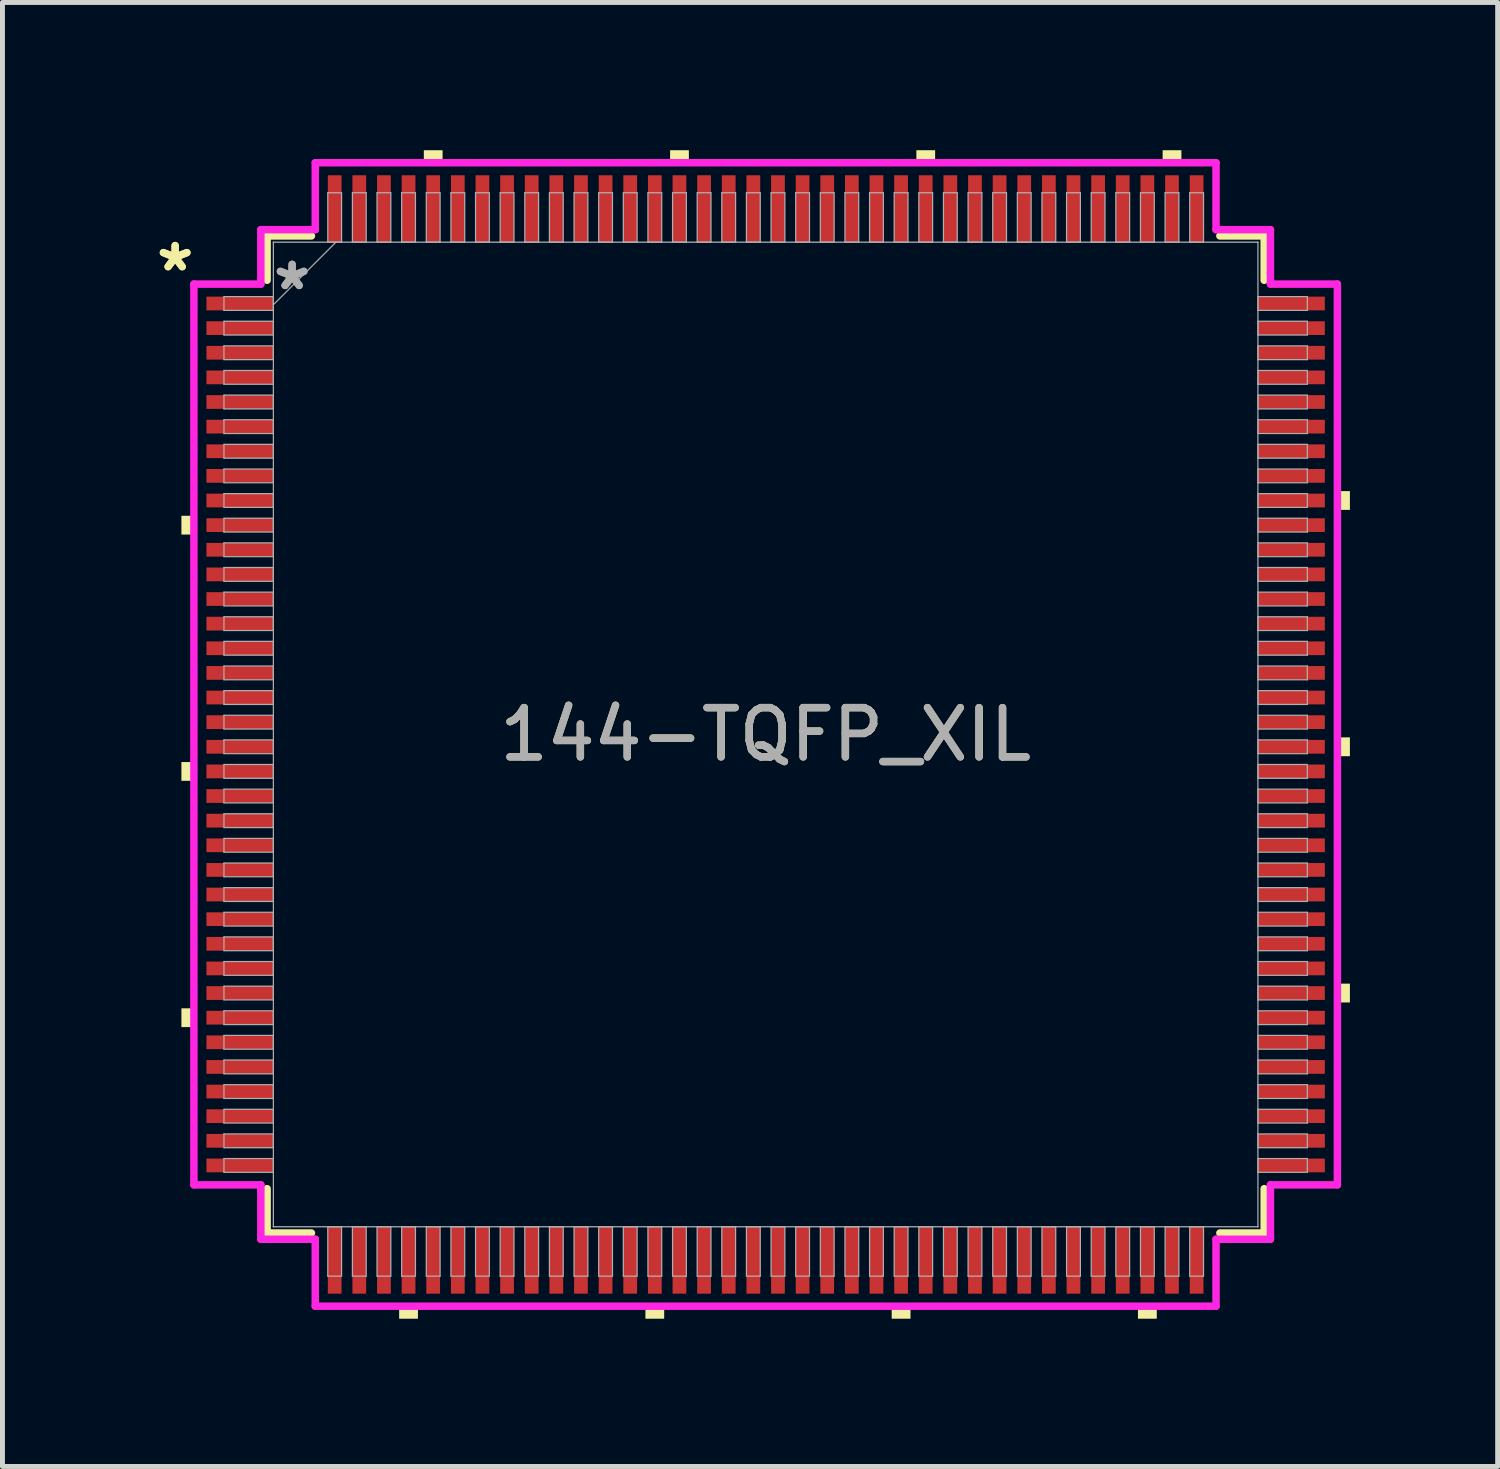
<source format=kicad_pcb>
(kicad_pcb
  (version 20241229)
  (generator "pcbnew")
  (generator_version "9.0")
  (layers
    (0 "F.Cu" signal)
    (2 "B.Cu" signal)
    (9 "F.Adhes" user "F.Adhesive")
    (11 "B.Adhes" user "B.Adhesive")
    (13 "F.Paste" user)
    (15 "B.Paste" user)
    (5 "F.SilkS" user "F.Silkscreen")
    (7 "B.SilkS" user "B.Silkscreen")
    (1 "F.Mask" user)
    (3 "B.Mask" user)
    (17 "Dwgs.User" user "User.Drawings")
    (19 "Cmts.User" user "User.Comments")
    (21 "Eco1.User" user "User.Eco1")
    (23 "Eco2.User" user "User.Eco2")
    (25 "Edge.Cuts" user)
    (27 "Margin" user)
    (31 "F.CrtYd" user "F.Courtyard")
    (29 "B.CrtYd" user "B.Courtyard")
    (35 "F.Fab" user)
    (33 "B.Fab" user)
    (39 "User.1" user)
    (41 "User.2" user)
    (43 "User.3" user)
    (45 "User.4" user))
  (footprint "144-TQFP_XIL"
    (layer "F.Cu")
    (at 12.495 11.862)
    (property "Reference" "144-TQFP_XIL" (at 0 0 0) (unlocked yes) (layer "F.SilkS") (effects (font (size 1 1) (thickness 0.15))))
    (attr smd)
    (fp_line (start -10.122 -10.122) (end -10.122 -9.222) (stroke (width 0.152) (type solid)) (layer "F.SilkS"))
    (fp_line (start -10.122 9.222) (end -10.122 10.122) (stroke (width 0.152) (type solid)) (layer "F.SilkS"))
    (fp_line (start -10.122 10.122) (end -9.222 10.122) (stroke (width 0.152) (type solid)) (layer "F.SilkS"))
    (fp_line (start -9.222 -10.122) (end -10.122 -10.122) (stroke (width 0.152) (type solid)) (layer "F.SilkS"))
    (fp_line (start 9.222 10.122) (end 10.122 10.122) (stroke (width 0.152) (type solid)) (layer "F.SilkS"))
    (fp_line (start 10.122 -10.122) (end 9.222 -10.122) (stroke (width 0.152) (type solid)) (layer "F.SilkS"))
    (fp_line (start 10.122 -9.222) (end 10.122 -10.122) (stroke (width 0.152) (type solid)) (layer "F.SilkS"))
    (fp_line (start 10.122 10.122) (end 10.122 9.222) (stroke (width 0.152) (type solid)) (layer "F.SilkS"))
    (fp_poly (pts (xy -11.862 -4.44) (xy -11.862 -4.059) (xy -11.608 -4.059) (xy -11.608 -4.44)) (stroke (width 0) (type solid)) (fill yes) (layer "F.SilkS"))
    (fp_poly (pts (xy -11.862 0.56) (xy -11.862 0.941) (xy -11.608 0.941) (xy -11.608 0.56)) (stroke (width 0) (type solid)) (fill yes) (layer "F.SilkS"))
    (fp_poly (pts (xy -11.862 5.56) (xy -11.862 5.941) (xy -11.608 5.941) (xy -11.608 5.56)) (stroke (width 0) (type solid)) (fill yes) (layer "F.SilkS"))
    (fp_poly (pts (xy -7.441 11.608) (xy -7.441 11.862) (xy -7.06 11.862) (xy -7.06 11.608)) (stroke (width 0) (type solid)) (fill yes) (layer "F.SilkS"))
    (fp_poly (pts (xy -6.94 -11.608) (xy -6.94 -11.862) (xy -6.559 -11.862) (xy -6.559 -11.608)) (stroke (width 0) (type solid)) (fill yes) (layer "F.SilkS"))
    (fp_poly (pts (xy -2.441 11.608) (xy -2.441 11.862) (xy -2.06 11.862) (xy -2.06 11.608)) (stroke (width 0) (type solid)) (fill yes) (layer "F.SilkS"))
    (fp_poly (pts (xy -1.94 -11.608) (xy -1.94 -11.862) (xy -1.559 -11.862) (xy -1.559 -11.608)) (stroke (width 0) (type solid)) (fill yes) (layer "F.SilkS"))
    (fp_poly (pts (xy 2.559 11.608) (xy 2.559 11.862) (xy 2.941 11.862) (xy 2.941 11.608)) (stroke (width 0) (type solid)) (fill yes) (layer "F.SilkS"))
    (fp_poly (pts (xy 3.06 -11.608) (xy 3.06 -11.862) (xy 3.441 -11.862) (xy 3.441 -11.608)) (stroke (width 0) (type solid)) (fill yes) (layer "F.SilkS"))
    (fp_poly (pts (xy 7.559 11.608) (xy 7.559 11.862) (xy 7.941 11.862) (xy 7.941 11.608)) (stroke (width 0) (type solid)) (fill yes) (layer "F.SilkS"))
    (fp_poly (pts (xy 8.06 -11.608) (xy 8.06 -11.862) (xy 8.441 -11.862) (xy 8.441 -11.608)) (stroke (width 0) (type solid)) (fill yes) (layer "F.SilkS"))
    (fp_poly (pts (xy 11.862 -4.941) (xy 11.862 -4.56) (xy 11.608 -4.56) (xy 11.608 -4.941)) (stroke (width 0) (type solid)) (fill yes) (layer "F.SilkS"))
    (fp_poly (pts (xy 11.862 0.059) (xy 11.862 0.441) (xy 11.608 0.441) (xy 11.608 0.059)) (stroke (width 0) (type solid)) (fill yes) (layer "F.SilkS"))
    (fp_poly (pts (xy 11.862 5.059) (xy 11.862 5.441) (xy 11.608 5.441) (xy 11.608 5.059)) (stroke (width 0) (type solid)) (fill yes) (layer "F.SilkS"))
    (fp_line (start -11.608 -9.144) (end -10.249 -9.144) (stroke (width 0.152) (type solid)) (layer "F.CrtYd"))
    (fp_line (start -11.608 9.144) (end -11.608 -9.144) (stroke (width 0.152) (type solid)) (layer "F.CrtYd"))
    (fp_line (start -10.249 -10.249) (end -9.144 -10.249) (stroke (width 0.152) (type solid)) (layer "F.CrtYd"))
    (fp_line (start -10.249 -9.144) (end -10.249 -10.249) (stroke (width 0.152) (type solid)) (layer "F.CrtYd"))
    (fp_line (start -10.249 9.144) (end -11.608 9.144) (stroke (width 0.152) (type solid)) (layer "F.CrtYd"))
    (fp_line (start -10.249 10.249) (end -10.249 9.144) (stroke (width 0.152) (type solid)) (layer "F.CrtYd"))
    (fp_line (start -10.249 10.249) (end -9.144 10.249) (stroke (width 0.152) (type solid)) (layer "F.CrtYd"))
    (fp_line (start -9.144 -11.608) (end 9.144 -11.608) (stroke (width 0.152) (type solid)) (layer "F.CrtYd"))
    (fp_line (start -9.144 -10.249) (end -9.144 -11.608) (stroke (width 0.152) (type solid)) (layer "F.CrtYd"))
    (fp_line (start -9.144 10.249) (end -9.144 11.608) (stroke (width 0.152) (type solid)) (layer "F.CrtYd"))
    (fp_line (start -9.144 11.608) (end 9.144 11.608) (stroke (width 0.152) (type solid)) (layer "F.CrtYd"))
    (fp_line (start 9.144 -11.608) (end 9.144 -10.249) (stroke (width 0.152) (type solid)) (layer "F.CrtYd"))
    (fp_line (start 9.144 -10.249) (end 10.249 -10.249) (stroke (width 0.152) (type solid)) (layer "F.CrtYd"))
    (fp_line (start 9.144 10.249) (end 10.249 10.249) (stroke (width 0.152) (type solid)) (layer "F.CrtYd"))
    (fp_line (start 9.144 11.608) (end 9.144 10.249) (stroke (width 0.152) (type solid)) (layer "F.CrtYd"))
    (fp_line (start 10.249 -9.144) (end 10.249 -10.249) (stroke (width 0.152) (type solid)) (layer "F.CrtYd"))
    (fp_line (start 10.249 9.144) (end 11.608 9.144) (stroke (width 0.152) (type solid)) (layer "F.CrtYd"))
    (fp_line (start 10.249 10.249) (end 10.249 9.144) (stroke (width 0.152) (type solid)) (layer "F.CrtYd"))
    (fp_line (start 11.608 -9.144) (end 10.249 -9.144) (stroke (width 0.152) (type solid)) (layer "F.CrtYd"))
    (fp_line (start 11.608 9.144) (end 11.608 -9.144) (stroke (width 0.152) (type solid)) (layer "F.CrtYd"))
    (fp_line (start -10.998 -8.89) (end -10.998 -8.61) (stroke (width 0.025) (type solid)) (layer "F.Fab"))
    (fp_line (start -10.998 -8.61) (end -9.995 -8.61) (stroke (width 0.025) (type solid)) (layer "F.Fab"))
    (fp_line (start -10.998 -8.39) (end -10.998 -8.11) (stroke (width 0.025) (type solid)) (layer "F.Fab"))
    (fp_line (start -10.998 -8.11) (end -9.995 -8.11) (stroke (width 0.025) (type solid)) (layer "F.Fab"))
    (fp_line (start -10.998 -7.89) (end -10.998 -7.61) (stroke (width 0.025) (type solid)) (layer "F.Fab"))
    (fp_line (start -10.998 -7.61) (end -9.995 -7.61) (stroke (width 0.025) (type solid)) (layer "F.Fab"))
    (fp_line (start -10.998 -7.39) (end -10.998 -7.11) (stroke (width 0.025) (type solid)) (layer "F.Fab"))
    (fp_line (start -10.998 -7.11) (end -9.995 -7.11) (stroke (width 0.025) (type solid)) (layer "F.Fab"))
    (fp_line (start -10.998 -6.89) (end -10.998 -6.61) (stroke (width 0.025) (type solid)) (layer "F.Fab"))
    (fp_line (start -10.998 -6.61) (end -9.995 -6.61) (stroke (width 0.025) (type solid)) (layer "F.Fab"))
    (fp_line (start -10.998 -6.39) (end -10.998 -6.11) (stroke (width 0.025) (type solid)) (layer "F.Fab"))
    (fp_line (start -10.998 -6.11) (end -9.995 -6.11) (stroke (width 0.025) (type solid)) (layer "F.Fab"))
    (fp_line (start -10.998 -5.89) (end -10.998 -5.61) (stroke (width 0.025) (type solid)) (layer "F.Fab"))
    (fp_line (start -10.998 -5.61) (end -9.995 -5.61) (stroke (width 0.025) (type solid)) (layer "F.Fab"))
    (fp_line (start -10.998 -5.39) (end -10.998 -5.11) (stroke (width 0.025) (type solid)) (layer "F.Fab"))
    (fp_line (start -10.998 -5.11) (end -9.995 -5.11) (stroke (width 0.025) (type solid)) (layer "F.Fab"))
    (fp_line (start -10.998 -4.89) (end -10.998 -4.61) (stroke (width 0.025) (type solid)) (layer "F.Fab"))
    (fp_line (start -10.998 -4.61) (end -9.995 -4.61) (stroke (width 0.025) (type solid)) (layer "F.Fab"))
    (fp_line (start -10.998 -4.39) (end -10.998 -4.11) (stroke (width 0.025) (type solid)) (layer "F.Fab"))
    (fp_line (start -10.998 -4.11) (end -9.995 -4.11) (stroke (width 0.025) (type solid)) (layer "F.Fab"))
    (fp_line (start -10.998 -3.89) (end -10.998 -3.61) (stroke (width 0.025) (type solid)) (layer "F.Fab"))
    (fp_line (start -10.998 -3.61) (end -9.995 -3.61) (stroke (width 0.025) (type solid)) (layer "F.Fab"))
    (fp_line (start -10.998 -3.39) (end -10.998 -3.11) (stroke (width 0.025) (type solid)) (layer "F.Fab"))
    (fp_line (start -10.998 -3.11) (end -9.995 -3.11) (stroke (width 0.025) (type solid)) (layer "F.Fab"))
    (fp_line (start -10.998 -2.89) (end -10.998 -2.61) (stroke (width 0.025) (type solid)) (layer "F.Fab"))
    (fp_line (start -10.998 -2.61) (end -9.995 -2.61) (stroke (width 0.025) (type solid)) (layer "F.Fab"))
    (fp_line (start -10.998 -2.39) (end -10.998 -2.11) (stroke (width 0.025) (type solid)) (layer "F.Fab"))
    (fp_line (start -10.998 -2.11) (end -9.995 -2.11) (stroke (width 0.025) (type solid)) (layer "F.Fab"))
    (fp_line (start -10.998 -1.89) (end -10.998 -1.61) (stroke (width 0.025) (type solid)) (layer "F.Fab"))
    (fp_line (start -10.998 -1.61) (end -9.995 -1.61) (stroke (width 0.025) (type solid)) (layer "F.Fab"))
    (fp_line (start -10.998 -1.39) (end -10.998 -1.11) (stroke (width 0.025) (type solid)) (layer "F.Fab"))
    (fp_line (start -10.998 -1.11) (end -9.995 -1.11) (stroke (width 0.025) (type solid)) (layer "F.Fab"))
    (fp_line (start -10.998 -0.89) (end -10.998 -0.61) (stroke (width 0.025) (type solid)) (layer "F.Fab"))
    (fp_line (start -10.998 -0.61) (end -9.995 -0.61) (stroke (width 0.025) (type solid)) (layer "F.Fab"))
    (fp_line (start -10.998 -0.39) (end -10.998 -0.11) (stroke (width 0.025) (type solid)) (layer "F.Fab"))
    (fp_line (start -10.998 -0.11) (end -9.995 -0.11) (stroke (width 0.025) (type solid)) (layer "F.Fab"))
    (fp_line (start -10.998 0.11) (end -10.998 0.39) (stroke (width 0.025) (type solid)) (layer "F.Fab"))
    (fp_line (start -10.998 0.39) (end -9.995 0.39) (stroke (width 0.025) (type solid)) (layer "F.Fab"))
    (fp_line (start -10.998 0.61) (end -10.998 0.89) (stroke (width 0.025) (type solid)) (layer "F.Fab"))
    (fp_line (start -10.998 0.89) (end -9.995 0.89) (stroke (width 0.025) (type solid)) (layer "F.Fab"))
    (fp_line (start -10.998 1.11) (end -10.998 1.39) (stroke (width 0.025) (type solid)) (layer "F.Fab"))
    (fp_line (start -10.998 1.39) (end -9.995 1.39) (stroke (width 0.025) (type solid)) (layer "F.Fab"))
    (fp_line (start -10.998 1.61) (end -10.998 1.89) (stroke (width 0.025) (type solid)) (layer "F.Fab"))
    (fp_line (start -10.998 1.89) (end -9.995 1.89) (stroke (width 0.025) (type solid)) (layer "F.Fab"))
    (fp_line (start -10.998 2.11) (end -10.998 2.39) (stroke (width 0.025) (type solid)) (layer "F.Fab"))
    (fp_line (start -10.998 2.39) (end -9.995 2.39) (stroke (width 0.025) (type solid)) (layer "F.Fab"))
    (fp_line (start -10.998 2.61) (end -10.998 2.89) (stroke (width 0.025) (type solid)) (layer "F.Fab"))
    (fp_line (start -10.998 2.89) (end -9.995 2.89) (stroke (width 0.025) (type solid)) (layer "F.Fab"))
    (fp_line (start -10.998 3.11) (end -10.998 3.39) (stroke (width 0.025) (type solid)) (layer "F.Fab"))
    (fp_line (start -10.998 3.39) (end -9.995 3.39) (stroke (width 0.025) (type solid)) (layer "F.Fab"))
    (fp_line (start -10.998 3.61) (end -10.998 3.89) (stroke (width 0.025) (type solid)) (layer "F.Fab"))
    (fp_line (start -10.998 3.89) (end -9.995 3.89) (stroke (width 0.025) (type solid)) (layer "F.Fab"))
    (fp_line (start -10.998 4.11) (end -10.998 4.39) (stroke (width 0.025) (type solid)) (layer "F.Fab"))
    (fp_line (start -10.998 4.39) (end -9.995 4.39) (stroke (width 0.025) (type solid)) (layer "F.Fab"))
    (fp_line (start -10.998 4.61) (end -10.998 4.89) (stroke (width 0.025) (type solid)) (layer "F.Fab"))
    (fp_line (start -10.998 4.89) (end -9.995 4.89) (stroke (width 0.025) (type solid)) (layer "F.Fab"))
    (fp_line (start -10.998 5.11) (end -10.998 5.39) (stroke (width 0.025) (type solid)) (layer "F.Fab"))
    (fp_line (start -10.998 5.39) (end -9.995 5.39) (stroke (width 0.025) (type solid)) (layer "F.Fab"))
    (fp_line (start -10.998 5.61) (end -10.998 5.89) (stroke (width 0.025) (type solid)) (layer "F.Fab"))
    (fp_line (start -10.998 5.89) (end -9.995 5.89) (stroke (width 0.025) (type solid)) (layer "F.Fab"))
    (fp_line (start -10.998 6.11) (end -10.998 6.39) (stroke (width 0.025) (type solid)) (layer "F.Fab"))
    (fp_line (start -10.998 6.39) (end -9.995 6.39) (stroke (width 0.025) (type solid)) (layer "F.Fab"))
    (fp_line (start -10.998 6.61) (end -10.998 6.89) (stroke (width 0.025) (type solid)) (layer "F.Fab"))
    (fp_line (start -10.998 6.89) (end -9.995 6.89) (stroke (width 0.025) (type solid)) (layer "F.Fab"))
    (fp_line (start -10.998 7.11) (end -10.998 7.39) (stroke (width 0.025) (type solid)) (layer "F.Fab"))
    (fp_line (start -10.998 7.39) (end -9.995 7.39) (stroke (width 0.025) (type solid)) (layer "F.Fab"))
    (fp_line (start -10.998 7.61) (end -10.998 7.89) (stroke (width 0.025) (type solid)) (layer "F.Fab"))
    (fp_line (start -10.998 7.89) (end -9.995 7.89) (stroke (width 0.025) (type solid)) (layer "F.Fab"))
    (fp_line (start -10.998 8.11) (end -10.998 8.39) (stroke (width 0.025) (type solid)) (layer "F.Fab"))
    (fp_line (start -10.998 8.39) (end -9.995 8.39) (stroke (width 0.025) (type solid)) (layer "F.Fab"))
    (fp_line (start -10.998 8.61) (end -10.998 8.89) (stroke (width 0.025) (type solid)) (layer "F.Fab"))
    (fp_line (start -10.998 8.89) (end -9.995 8.89) (stroke (width 0.025) (type solid)) (layer "F.Fab"))
    (fp_line (start -9.995 -9.995) (end -9.995 -9.995) (stroke (width 0.025) (type solid)) (layer "F.Fab"))
    (fp_line (start -9.995 -9.995) (end -9.995 9.995) (stroke (width 0.025) (type solid)) (layer "F.Fab"))
    (fp_line (start -9.995 -8.89) (end -10.998 -8.89) (stroke (width 0.025) (type solid)) (layer "F.Fab"))
    (fp_line (start -9.995 -8.725) (end -8.725 -9.995) (stroke (width 0.025) (type solid)) (layer "F.Fab"))
    (fp_line (start -9.995 -8.61) (end -9.995 -8.89) (stroke (width 0.025) (type solid)) (layer "F.Fab"))
    (fp_line (start -9.995 -8.39) (end -10.998 -8.39) (stroke (width 0.025) (type solid)) (layer "F.Fab"))
    (fp_line (start -9.995 -8.11) (end -9.995 -8.39) (stroke (width 0.025) (type solid)) (layer "F.Fab"))
    (fp_line (start -9.995 -7.89) (end -10.998 -7.89) (stroke (width 0.025) (type solid)) (layer "F.Fab"))
    (fp_line (start -9.995 -7.61) (end -9.995 -7.89) (stroke (width 0.025) (type solid)) (layer "F.Fab"))
    (fp_line (start -9.995 -7.39) (end -10.998 -7.39) (stroke (width 0.025) (type solid)) (layer "F.Fab"))
    (fp_line (start -9.995 -7.11) (end -9.995 -7.39) (stroke (width 0.025) (type solid)) (layer "F.Fab"))
    (fp_line (start -9.995 -6.89) (end -10.998 -6.89) (stroke (width 0.025) (type solid)) (layer "F.Fab"))
    (fp_line (start -9.995 -6.61) (end -9.995 -6.89) (stroke (width 0.025) (type solid)) (layer "F.Fab"))
    (fp_line (start -9.995 -6.39) (end -10.998 -6.39) (stroke (width 0.025) (type solid)) (layer "F.Fab"))
    (fp_line (start -9.995 -6.11) (end -9.995 -6.39) (stroke (width 0.025) (type solid)) (layer "F.Fab"))
    (fp_line (start -9.995 -5.89) (end -10.998 -5.89) (stroke (width 0.025) (type solid)) (layer "F.Fab"))
    (fp_line (start -9.995 -5.61) (end -9.995 -5.89) (stroke (width 0.025) (type solid)) (layer "F.Fab"))
    (fp_line (start -9.995 -5.39) (end -10.998 -5.39) (stroke (width 0.025) (type solid)) (layer "F.Fab"))
    (fp_line (start -9.995 -5.11) (end -9.995 -5.39) (stroke (width 0.025) (type solid)) (layer "F.Fab"))
    (fp_line (start -9.995 -4.89) (end -10.998 -4.89) (stroke (width 0.025) (type solid)) (layer "F.Fab"))
    (fp_line (start -9.995 -4.61) (end -9.995 -4.89) (stroke (width 0.025) (type solid)) (layer "F.Fab"))
    (fp_line (start -9.995 -4.39) (end -10.998 -4.39) (stroke (width 0.025) (type solid)) (layer "F.Fab"))
    (fp_line (start -9.995 -4.11) (end -9.995 -4.39) (stroke (width 0.025) (type solid)) (layer "F.Fab"))
    (fp_line (start -9.995 -3.89) (end -10.998 -3.89) (stroke (width 0.025) (type solid)) (layer "F.Fab"))
    (fp_line (start -9.995 -3.61) (end -9.995 -3.89) (stroke (width 0.025) (type solid)) (layer "F.Fab"))
    (fp_line (start -9.995 -3.39) (end -10.998 -3.39) (stroke (width 0.025) (type solid)) (layer "F.Fab"))
    (fp_line (start -9.995 -3.11) (end -9.995 -3.39) (stroke (width 0.025) (type solid)) (layer "F.Fab"))
    (fp_line (start -9.995 -2.89) (end -10.998 -2.89) (stroke (width 0.025) (type solid)) (layer "F.Fab"))
    (fp_line (start -9.995 -2.61) (end -9.995 -2.89) (stroke (width 0.025) (type solid)) (layer "F.Fab"))
    (fp_line (start -9.995 -2.39) (end -10.998 -2.39) (stroke (width 0.025) (type solid)) (layer "F.Fab"))
    (fp_line (start -9.995 -2.11) (end -9.995 -2.39) (stroke (width 0.025) (type solid)) (layer "F.Fab"))
    (fp_line (start -9.995 -1.89) (end -10.998 -1.89) (stroke (width 0.025) (type solid)) (layer "F.Fab"))
    (fp_line (start -9.995 -1.61) (end -9.995 -1.89) (stroke (width 0.025) (type solid)) (layer "F.Fab"))
    (fp_line (start -9.995 -1.39) (end -10.998 -1.39) (stroke (width 0.025) (type solid)) (layer "F.Fab"))
    (fp_line (start -9.995 -1.11) (end -9.995 -1.39) (stroke (width 0.025) (type solid)) (layer "F.Fab"))
    (fp_line (start -9.995 -0.89) (end -10.998 -0.89) (stroke (width 0.025) (type solid)) (layer "F.Fab"))
    (fp_line (start -9.995 -0.61) (end -9.995 -0.89) (stroke (width 0.025) (type solid)) (layer "F.Fab"))
    (fp_line (start -9.995 -0.39) (end -10.998 -0.39) (stroke (width 0.025) (type solid)) (layer "F.Fab"))
    (fp_line (start -9.995 -0.11) (end -9.995 -0.39) (stroke (width 0.025) (type solid)) (layer "F.Fab"))
    (fp_line (start -9.995 0.11) (end -10.998 0.11) (stroke (width 0.025) (type solid)) (layer "F.Fab"))
    (fp_line (start -9.995 0.39) (end -9.995 0.11) (stroke (width 0.025) (type solid)) (layer "F.Fab"))
    (fp_line (start -9.995 0.61) (end -10.998 0.61) (stroke (width 0.025) (type solid)) (layer "F.Fab"))
    (fp_line (start -9.995 0.89) (end -9.995 0.61) (stroke (width 0.025) (type solid)) (layer "F.Fab"))
    (fp_line (start -9.995 1.11) (end -10.998 1.11) (stroke (width 0.025) (type solid)) (layer "F.Fab"))
    (fp_line (start -9.995 1.39) (end -9.995 1.11) (stroke (width 0.025) (type solid)) (layer "F.Fab"))
    (fp_line (start -9.995 1.61) (end -10.998 1.61) (stroke (width 0.025) (type solid)) (layer "F.Fab"))
    (fp_line (start -9.995 1.89) (end -9.995 1.61) (stroke (width 0.025) (type solid)) (layer "F.Fab"))
    (fp_line (start -9.995 2.11) (end -10.998 2.11) (stroke (width 0.025) (type solid)) (layer "F.Fab"))
    (fp_line (start -9.995 2.39) (end -9.995 2.11) (stroke (width 0.025) (type solid)) (layer "F.Fab"))
    (fp_line (start -9.995 2.61) (end -10.998 2.61) (stroke (width 0.025) (type solid)) (layer "F.Fab"))
    (fp_line (start -9.995 2.89) (end -9.995 2.61) (stroke (width 0.025) (type solid)) (layer "F.Fab"))
    (fp_line (start -9.995 3.11) (end -10.998 3.11) (stroke (width 0.025) (type solid)) (layer "F.Fab"))
    (fp_line (start -9.995 3.39) (end -9.995 3.11) (stroke (width 0.025) (type solid)) (layer "F.Fab"))
    (fp_line (start -9.995 3.61) (end -10.998 3.61) (stroke (width 0.025) (type solid)) (layer "F.Fab"))
    (fp_line (start -9.995 3.89) (end -9.995 3.61) (stroke (width 0.025) (type solid)) (layer "F.Fab"))
    (fp_line (start -9.995 4.11) (end -10.998 4.11) (stroke (width 0.025) (type solid)) (layer "F.Fab"))
    (fp_line (start -9.995 4.39) (end -9.995 4.11) (stroke (width 0.025) (type solid)) (layer "F.Fab"))
    (fp_line (start -9.995 4.61) (end -10.998 4.61) (stroke (width 0.025) (type solid)) (layer "F.Fab"))
    (fp_line (start -9.995 4.89) (end -9.995 4.61) (stroke (width 0.025) (type solid)) (layer "F.Fab"))
    (fp_line (start -9.995 5.11) (end -10.998 5.11) (stroke (width 0.025) (type solid)) (layer "F.Fab"))
    (fp_line (start -9.995 5.39) (end -9.995 5.11) (stroke (width 0.025) (type solid)) (layer "F.Fab"))
    (fp_line (start -9.995 5.61) (end -10.998 5.61) (stroke (width 0.025) (type solid)) (layer "F.Fab"))
    (fp_line (start -9.995 5.89) (end -9.995 5.61) (stroke (width 0.025) (type solid)) (layer "F.Fab"))
    (fp_line (start -9.995 6.11) (end -10.998 6.11) (stroke (width 0.025) (type solid)) (layer "F.Fab"))
    (fp_line (start -9.995 6.39) (end -9.995 6.11) (stroke (width 0.025) (type solid)) (layer "F.Fab"))
    (fp_line (start -9.995 6.61) (end -10.998 6.61) (stroke (width 0.025) (type solid)) (layer "F.Fab"))
    (fp_line (start -9.995 6.89) (end -9.995 6.61) (stroke (width 0.025) (type solid)) (layer "F.Fab"))
    (fp_line (start -9.995 7.11) (end -10.998 7.11) (stroke (width 0.025) (type solid)) (layer "F.Fab"))
    (fp_line (start -9.995 7.39) (end -9.995 7.11) (stroke (width 0.025) (type solid)) (layer "F.Fab"))
    (fp_line (start -9.995 7.61) (end -10.998 7.61) (stroke (width 0.025) (type solid)) (layer "F.Fab"))
    (fp_line (start -9.995 7.89) (end -9.995 7.61) (stroke (width 0.025) (type solid)) (layer "F.Fab"))
    (fp_line (start -9.995 8.11) (end -10.998 8.11) (stroke (width 0.025) (type solid)) (layer "F.Fab"))
    (fp_line (start -9.995 8.39) (end -9.995 8.11) (stroke (width 0.025) (type solid)) (layer "F.Fab"))
    (fp_line (start -9.995 8.61) (end -10.998 8.61) (stroke (width 0.025) (type solid)) (layer "F.Fab"))
    (fp_line (start -9.995 8.89) (end -9.995 8.61) (stroke (width 0.025) (type solid)) (layer "F.Fab"))
    (fp_line (start -9.995 9.995) (end -9.995 9.995) (stroke (width 0.025) (type solid)) (layer "F.Fab"))
    (fp_line (start -9.995 9.995) (end 9.995 9.995) (stroke (width 0.025) (type solid)) (layer "F.Fab"))
    (fp_line (start -8.89 -10.998) (end -8.89 -9.995) (stroke (width 0.025) (type solid)) (layer "F.Fab"))
    (fp_line (start -8.89 -9.995) (end -8.61 -9.995) (stroke (width 0.025) (type solid)) (layer "F.Fab"))
    (fp_line (start -8.89 9.995) (end -8.89 10.998) (stroke (width 0.025) (type solid)) (layer "F.Fab"))
    (fp_line (start -8.89 10.998) (end -8.61 10.998) (stroke (width 0.025) (type solid)) (layer "F.Fab"))
    (fp_line (start -8.61 -10.998) (end -8.89 -10.998) (stroke (width 0.025) (type solid)) (layer "F.Fab"))
    (fp_line (start -8.61 -9.995) (end -8.61 -10.998) (stroke (width 0.025) (type solid)) (layer "F.Fab"))
    (fp_line (start -8.61 9.995) (end -8.89 9.995) (stroke (width 0.025) (type solid)) (layer "F.Fab"))
    (fp_line (start -8.61 10.998) (end -8.61 9.995) (stroke (width 0.025) (type solid)) (layer "F.Fab"))
    (fp_line (start -8.39 -10.998) (end -8.39 -9.995) (stroke (width 0.025) (type solid)) (layer "F.Fab"))
    (fp_line (start -8.39 -9.995) (end -8.11 -9.995) (stroke (width 0.025) (type solid)) (layer "F.Fab"))
    (fp_line (start -8.39 9.995) (end -8.39 10.998) (stroke (width 0.025) (type solid)) (layer "F.Fab"))
    (fp_line (start -8.39 10.998) (end -8.11 10.998) (stroke (width 0.025) (type solid)) (layer "F.Fab"))
    (fp_line (start -8.11 -10.998) (end -8.39 -10.998) (stroke (width 0.025) (type solid)) (layer "F.Fab"))
    (fp_line (start -8.11 -9.995) (end -8.11 -10.998) (stroke (width 0.025) (type solid)) (layer "F.Fab"))
    (fp_line (start -8.11 9.995) (end -8.39 9.995) (stroke (width 0.025) (type solid)) (layer "F.Fab"))
    (fp_line (start -8.11 10.998) (end -8.11 9.995) (stroke (width 0.025) (type solid)) (layer "F.Fab"))
    (fp_line (start -7.89 -10.998) (end -7.89 -9.995) (stroke (width 0.025) (type solid)) (layer "F.Fab"))
    (fp_line (start -7.89 -9.995) (end -7.61 -9.995) (stroke (width 0.025) (type solid)) (layer "F.Fab"))
    (fp_line (start -7.89 9.995) (end -7.89 10.998) (stroke (width 0.025) (type solid)) (layer "F.Fab"))
    (fp_line (start -7.89 10.998) (end -7.61 10.998) (stroke (width 0.025) (type solid)) (layer "F.Fab"))
    (fp_line (start -7.61 -10.998) (end -7.89 -10.998) (stroke (width 0.025) (type solid)) (layer "F.Fab"))
    (fp_line (start -7.61 -9.995) (end -7.61 -10.998) (stroke (width 0.025) (type solid)) (layer "F.Fab"))
    (fp_line (start -7.61 9.995) (end -7.89 9.995) (stroke (width 0.025) (type solid)) (layer "F.Fab"))
    (fp_line (start -7.61 10.998) (end -7.61 9.995) (stroke (width 0.025) (type solid)) (layer "F.Fab"))
    (fp_line (start -7.39 -10.998) (end -7.39 -9.995) (stroke (width 0.025) (type solid)) (layer "F.Fab"))
    (fp_line (start -7.39 -9.995) (end -7.11 -9.995) (stroke (width 0.025) (type solid)) (layer "F.Fab"))
    (fp_line (start -7.39 9.995) (end -7.39 10.998) (stroke (width 0.025) (type solid)) (layer "F.Fab"))
    (fp_line (start -7.39 10.998) (end -7.11 10.998) (stroke (width 0.025) (type solid)) (layer "F.Fab"))
    (fp_line (start -7.11 -10.998) (end -7.39 -10.998) (stroke (width 0.025) (type solid)) (layer "F.Fab"))
    (fp_line (start -7.11 -9.995) (end -7.11 -10.998) (stroke (width 0.025) (type solid)) (layer "F.Fab"))
    (fp_line (start -7.11 9.995) (end -7.39 9.995) (stroke (width 0.025) (type solid)) (layer "F.Fab"))
    (fp_line (start -7.11 10.998) (end -7.11 9.995) (stroke (width 0.025) (type solid)) (layer "F.Fab"))
    (fp_line (start -6.89 -10.998) (end -6.89 -9.995) (stroke (width 0.025) (type solid)) (layer "F.Fab"))
    (fp_line (start -6.89 -9.995) (end -6.61 -9.995) (stroke (width 0.025) (type solid)) (layer "F.Fab"))
    (fp_line (start -6.89 9.995) (end -6.89 10.998) (stroke (width 0.025) (type solid)) (layer "F.Fab"))
    (fp_line (start -6.89 10.998) (end -6.61 10.998) (stroke (width 0.025) (type solid)) (layer "F.Fab"))
    (fp_line (start -6.61 -10.998) (end -6.89 -10.998) (stroke (width 0.025) (type solid)) (layer "F.Fab"))
    (fp_line (start -6.61 -9.995) (end -6.61 -10.998) (stroke (width 0.025) (type solid)) (layer "F.Fab"))
    (fp_line (start -6.61 9.995) (end -6.89 9.995) (stroke (width 0.025) (type solid)) (layer "F.Fab"))
    (fp_line (start -6.61 10.998) (end -6.61 9.995) (stroke (width 0.025) (type solid)) (layer "F.Fab"))
    (fp_line (start -6.39 -10.998) (end -6.39 -9.995) (stroke (width 0.025) (type solid)) (layer "F.Fab"))
    (fp_line (start -6.39 -9.995) (end -6.11 -9.995) (stroke (width 0.025) (type solid)) (layer "F.Fab"))
    (fp_line (start -6.39 9.995) (end -6.39 10.998) (stroke (width 0.025) (type solid)) (layer "F.Fab"))
    (fp_line (start -6.39 10.998) (end -6.11 10.998) (stroke (width 0.025) (type solid)) (layer "F.Fab"))
    (fp_line (start -6.11 -10.998) (end -6.39 -10.998) (stroke (width 0.025) (type solid)) (layer "F.Fab"))
    (fp_line (start -6.11 -9.995) (end -6.11 -10.998) (stroke (width 0.025) (type solid)) (layer "F.Fab"))
    (fp_line (start -6.11 9.995) (end -6.39 9.995) (stroke (width 0.025) (type solid)) (layer "F.Fab"))
    (fp_line (start -6.11 10.998) (end -6.11 9.995) (stroke (width 0.025) (type solid)) (layer "F.Fab"))
    (fp_line (start -5.89 -10.998) (end -5.89 -9.995) (stroke (width 0.025) (type solid)) (layer "F.Fab"))
    (fp_line (start -5.89 -9.995) (end -5.61 -9.995) (stroke (width 0.025) (type solid)) (layer "F.Fab"))
    (fp_line (start -5.89 9.995) (end -5.89 10.998) (stroke (width 0.025) (type solid)) (layer "F.Fab"))
    (fp_line (start -5.89 10.998) (end -5.61 10.998) (stroke (width 0.025) (type solid)) (layer "F.Fab"))
    (fp_line (start -5.61 -10.998) (end -5.89 -10.998) (stroke (width 0.025) (type solid)) (layer "F.Fab"))
    (fp_line (start -5.61 -9.995) (end -5.61 -10.998) (stroke (width 0.025) (type solid)) (layer "F.Fab"))
    (fp_line (start -5.61 9.995) (end -5.89 9.995) (stroke (width 0.025) (type solid)) (layer "F.Fab"))
    (fp_line (start -5.61 10.998) (end -5.61 9.995) (stroke (width 0.025) (type solid)) (layer "F.Fab"))
    (fp_line (start -5.39 -10.998) (end -5.39 -9.995) (stroke (width 0.025) (type solid)) (layer "F.Fab"))
    (fp_line (start -5.39 -9.995) (end -5.11 -9.995) (stroke (width 0.025) (type solid)) (layer "F.Fab"))
    (fp_line (start -5.39 9.995) (end -5.39 10.998) (stroke (width 0.025) (type solid)) (layer "F.Fab"))
    (fp_line (start -5.39 10.998) (end -5.11 10.998) (stroke (width 0.025) (type solid)) (layer "F.Fab"))
    (fp_line (start -5.11 -10.998) (end -5.39 -10.998) (stroke (width 0.025) (type solid)) (layer "F.Fab"))
    (fp_line (start -5.11 -9.995) (end -5.11 -10.998) (stroke (width 0.025) (type solid)) (layer "F.Fab"))
    (fp_line (start -5.11 9.995) (end -5.39 9.995) (stroke (width 0.025) (type solid)) (layer "F.Fab"))
    (fp_line (start -5.11 10.998) (end -5.11 9.995) (stroke (width 0.025) (type solid)) (layer "F.Fab"))
    (fp_line (start -4.89 -10.998) (end -4.89 -9.995) (stroke (width 0.025) (type solid)) (layer "F.Fab"))
    (fp_line (start -4.89 -9.995) (end -4.61 -9.995) (stroke (width 0.025) (type solid)) (layer "F.Fab"))
    (fp_line (start -4.89 9.995) (end -4.89 10.998) (stroke (width 0.025) (type solid)) (layer "F.Fab"))
    (fp_line (start -4.89 10.998) (end -4.61 10.998) (stroke (width 0.025) (type solid)) (layer "F.Fab"))
    (fp_line (start -4.61 -10.998) (end -4.89 -10.998) (stroke (width 0.025) (type solid)) (layer "F.Fab"))
    (fp_line (start -4.61 -9.995) (end -4.61 -10.998) (stroke (width 0.025) (type solid)) (layer "F.Fab"))
    (fp_line (start -4.61 9.995) (end -4.89 9.995) (stroke (width 0.025) (type solid)) (layer "F.Fab"))
    (fp_line (start -4.61 10.998) (end -4.61 9.995) (stroke (width 0.025) (type solid)) (layer "F.Fab"))
    (fp_line (start -4.39 -10.998) (end -4.39 -9.995) (stroke (width 0.025) (type solid)) (layer "F.Fab"))
    (fp_line (start -4.39 -9.995) (end -4.11 -9.995) (stroke (width 0.025) (type solid)) (layer "F.Fab"))
    (fp_line (start -4.39 9.995) (end -4.39 10.998) (stroke (width 0.025) (type solid)) (layer "F.Fab"))
    (fp_line (start -4.39 10.998) (end -4.11 10.998) (stroke (width 0.025) (type solid)) (layer "F.Fab"))
    (fp_line (start -4.11 -10.998) (end -4.39 -10.998) (stroke (width 0.025) (type solid)) (layer "F.Fab"))
    (fp_line (start -4.11 -9.995) (end -4.11 -10.998) (stroke (width 0.025) (type solid)) (layer "F.Fab"))
    (fp_line (start -4.11 9.995) (end -4.39 9.995) (stroke (width 0.025) (type solid)) (layer "F.Fab"))
    (fp_line (start -4.11 10.998) (end -4.11 9.995) (stroke (width 0.025) (type solid)) (layer "F.Fab"))
    (fp_line (start -3.89 -10.998) (end -3.89 -9.995) (stroke (width 0.025) (type solid)) (layer "F.Fab"))
    (fp_line (start -3.89 -9.995) (end -3.61 -9.995) (stroke (width 0.025) (type solid)) (layer "F.Fab"))
    (fp_line (start -3.89 9.995) (end -3.89 10.998) (stroke (width 0.025) (type solid)) (layer "F.Fab"))
    (fp_line (start -3.89 10.998) (end -3.61 10.998) (stroke (width 0.025) (type solid)) (layer "F.Fab"))
    (fp_line (start -3.61 -10.998) (end -3.89 -10.998) (stroke (width 0.025) (type solid)) (layer "F.Fab"))
    (fp_line (start -3.61 -9.995) (end -3.61 -10.998) (stroke (width 0.025) (type solid)) (layer "F.Fab"))
    (fp_line (start -3.61 9.995) (end -3.89 9.995) (stroke (width 0.025) (type solid)) (layer "F.Fab"))
    (fp_line (start -3.61 10.998) (end -3.61 9.995) (stroke (width 0.025) (type solid)) (layer "F.Fab"))
    (fp_line (start -3.39 -10.998) (end -3.39 -9.995) (stroke (width 0.025) (type solid)) (layer "F.Fab"))
    (fp_line (start -3.39 -9.995) (end -3.11 -9.995) (stroke (width 0.025) (type solid)) (layer "F.Fab"))
    (fp_line (start -3.39 9.995) (end -3.39 10.998) (stroke (width 0.025) (type solid)) (layer "F.Fab"))
    (fp_line (start -3.39 10.998) (end -3.11 10.998) (stroke (width 0.025) (type solid)) (layer "F.Fab"))
    (fp_line (start -3.11 -10.998) (end -3.39 -10.998) (stroke (width 0.025) (type solid)) (layer "F.Fab"))
    (fp_line (start -3.11 -9.995) (end -3.11 -10.998) (stroke (width 0.025) (type solid)) (layer "F.Fab"))
    (fp_line (start -3.11 9.995) (end -3.39 9.995) (stroke (width 0.025) (type solid)) (layer "F.Fab"))
    (fp_line (start -3.11 10.998) (end -3.11 9.995) (stroke (width 0.025) (type solid)) (layer "F.Fab"))
    (fp_line (start -2.89 -10.998) (end -2.89 -9.995) (stroke (width 0.025) (type solid)) (layer "F.Fab"))
    (fp_line (start -2.89 -9.995) (end -2.61 -9.995) (stroke (width 0.025) (type solid)) (layer "F.Fab"))
    (fp_line (start -2.89 9.995) (end -2.89 10.998) (stroke (width 0.025) (type solid)) (layer "F.Fab"))
    (fp_line (start -2.89 10.998) (end -2.61 10.998) (stroke (width 0.025) (type solid)) (layer "F.Fab"))
    (fp_line (start -2.61 -10.998) (end -2.89 -10.998) (stroke (width 0.025) (type solid)) (layer "F.Fab"))
    (fp_line (start -2.61 -9.995) (end -2.61 -10.998) (stroke (width 0.025) (type solid)) (layer "F.Fab"))
    (fp_line (start -2.61 9.995) (end -2.89 9.995) (stroke (width 0.025) (type solid)) (layer "F.Fab"))
    (fp_line (start -2.61 10.998) (end -2.61 9.995) (stroke (width 0.025) (type solid)) (layer "F.Fab"))
    (fp_line (start -2.39 -10.998) (end -2.39 -9.995) (stroke (width 0.025) (type solid)) (layer "F.Fab"))
    (fp_line (start -2.39 -9.995) (end -2.11 -9.995) (stroke (width 0.025) (type solid)) (layer "F.Fab"))
    (fp_line (start -2.39 9.995) (end -2.39 10.998) (stroke (width 0.025) (type solid)) (layer "F.Fab"))
    (fp_line (start -2.39 10.998) (end -2.11 10.998) (stroke (width 0.025) (type solid)) (layer "F.Fab"))
    (fp_line (start -2.11 -10.998) (end -2.39 -10.998) (stroke (width 0.025) (type solid)) (layer "F.Fab"))
    (fp_line (start -2.11 -9.995) (end -2.11 -10.998) (stroke (width 0.025) (type solid)) (layer "F.Fab"))
    (fp_line (start -2.11 9.995) (end -2.39 9.995) (stroke (width 0.025) (type solid)) (layer "F.Fab"))
    (fp_line (start -2.11 10.998) (end -2.11 9.995) (stroke (width 0.025) (type solid)) (layer "F.Fab"))
    (fp_line (start -1.89 -10.998) (end -1.89 -9.995) (stroke (width 0.025) (type solid)) (layer "F.Fab"))
    (fp_line (start -1.89 -9.995) (end -1.61 -9.995) (stroke (width 0.025) (type solid)) (layer "F.Fab"))
    (fp_line (start -1.89 9.995) (end -1.89 10.998) (stroke (width 0.025) (type solid)) (layer "F.Fab"))
    (fp_line (start -1.89 10.998) (end -1.61 10.998) (stroke (width 0.025) (type solid)) (layer "F.Fab"))
    (fp_line (start -1.61 -10.998) (end -1.89 -10.998) (stroke (width 0.025) (type solid)) (layer "F.Fab"))
    (fp_line (start -1.61 -9.995) (end -1.61 -10.998) (stroke (width 0.025) (type solid)) (layer "F.Fab"))
    (fp_line (start -1.61 9.995) (end -1.89 9.995) (stroke (width 0.025) (type solid)) (layer "F.Fab"))
    (fp_line (start -1.61 10.998) (end -1.61 9.995) (stroke (width 0.025) (type solid)) (layer "F.Fab"))
    (fp_line (start -1.39 -10.998) (end -1.39 -9.995) (stroke (width 0.025) (type solid)) (layer "F.Fab"))
    (fp_line (start -1.39 -9.995) (end -1.11 -9.995) (stroke (width 0.025) (type solid)) (layer "F.Fab"))
    (fp_line (start -1.39 9.995) (end -1.39 10.998) (stroke (width 0.025) (type solid)) (layer "F.Fab"))
    (fp_line (start -1.39 10.998) (end -1.11 10.998) (stroke (width 0.025) (type solid)) (layer "F.Fab"))
    (fp_line (start -1.11 -10.998) (end -1.39 -10.998) (stroke (width 0.025) (type solid)) (layer "F.Fab"))
    (fp_line (start -1.11 -9.995) (end -1.11 -10.998) (stroke (width 0.025) (type solid)) (layer "F.Fab"))
    (fp_line (start -1.11 9.995) (end -1.39 9.995) (stroke (width 0.025) (type solid)) (layer "F.Fab"))
    (fp_line (start -1.11 10.998) (end -1.11 9.995) (stroke (width 0.025) (type solid)) (layer "F.Fab"))
    (fp_line (start -0.89 -10.998) (end -0.89 -9.995) (stroke (width 0.025) (type solid)) (layer "F.Fab"))
    (fp_line (start -0.89 -9.995) (end -0.61 -9.995) (stroke (width 0.025) (type solid)) (layer "F.Fab"))
    (fp_line (start -0.89 9.995) (end -0.89 10.998) (stroke (width 0.025) (type solid)) (layer "F.Fab"))
    (fp_line (start -0.89 10.998) (end -0.61 10.998) (stroke (width 0.025) (type solid)) (layer "F.Fab"))
    (fp_line (start -0.61 -10.998) (end -0.89 -10.998) (stroke (width 0.025) (type solid)) (layer "F.Fab"))
    (fp_line (start -0.61 -9.995) (end -0.61 -10.998) (stroke (width 0.025) (type solid)) (layer "F.Fab"))
    (fp_line (start -0.61 9.995) (end -0.89 9.995) (stroke (width 0.025) (type solid)) (layer "F.Fab"))
    (fp_line (start -0.61 10.998) (end -0.61 9.995) (stroke (width 0.025) (type solid)) (layer "F.Fab"))
    (fp_line (start -0.39 -10.998) (end -0.39 -9.995) (stroke (width 0.025) (type solid)) (layer "F.Fab"))
    (fp_line (start -0.39 -9.995) (end -0.11 -9.995) (stroke (width 0.025) (type solid)) (layer "F.Fab"))
    (fp_line (start -0.39 9.995) (end -0.39 10.998) (stroke (width 0.025) (type solid)) (layer "F.Fab"))
    (fp_line (start -0.39 10.998) (end -0.11 10.998) (stroke (width 0.025) (type solid)) (layer "F.Fab"))
    (fp_line (start -0.11 -10.998) (end -0.39 -10.998) (stroke (width 0.025) (type solid)) (layer "F.Fab"))
    (fp_line (start -0.11 -9.995) (end -0.11 -10.998) (stroke (width 0.025) (type solid)) (layer "F.Fab"))
    (fp_line (start -0.11 9.995) (end -0.39 9.995) (stroke (width 0.025) (type solid)) (layer "F.Fab"))
    (fp_line (start -0.11 10.998) (end -0.11 9.995) (stroke (width 0.025) (type solid)) (layer "F.Fab"))
    (fp_line (start 0.11 -10.998) (end 0.11 -9.995) (stroke (width 0.025) (type solid)) (layer "F.Fab"))
    (fp_line (start 0.11 -9.995) (end 0.39 -9.995) (stroke (width 0.025) (type solid)) (layer "F.Fab"))
    (fp_line (start 0.11 9.995) (end 0.11 10.998) (stroke (width 0.025) (type solid)) (layer "F.Fab"))
    (fp_line (start 0.11 10.998) (end 0.39 10.998) (stroke (width 0.025) (type solid)) (layer "F.Fab"))
    (fp_line (start 0.39 -10.998) (end 0.11 -10.998) (stroke (width 0.025) (type solid)) (layer "F.Fab"))
    (fp_line (start 0.39 -9.995) (end 0.39 -10.998) (stroke (width 0.025) (type solid)) (layer "F.Fab"))
    (fp_line (start 0.39 9.995) (end 0.11 9.995) (stroke (width 0.025) (type solid)) (layer "F.Fab"))
    (fp_line (start 0.39 10.998) (end 0.39 9.995) (stroke (width 0.025) (type solid)) (layer "F.Fab"))
    (fp_line (start 0.61 -10.998) (end 0.61 -9.995) (stroke (width 0.025) (type solid)) (layer "F.Fab"))
    (fp_line (start 0.61 -9.995) (end 0.89 -9.995) (stroke (width 0.025) (type solid)) (layer "F.Fab"))
    (fp_line (start 0.61 9.995) (end 0.61 10.998) (stroke (width 0.025) (type solid)) (layer "F.Fab"))
    (fp_line (start 0.61 10.998) (end 0.89 10.998) (stroke (width 0.025) (type solid)) (layer "F.Fab"))
    (fp_line (start 0.89 -10.998) (end 0.61 -10.998) (stroke (width 0.025) (type solid)) (layer "F.Fab"))
    (fp_line (start 0.89 -9.995) (end 0.89 -10.998) (stroke (width 0.025) (type solid)) (layer "F.Fab"))
    (fp_line (start 0.89 9.995) (end 0.61 9.995) (stroke (width 0.025) (type solid)) (layer "F.Fab"))
    (fp_line (start 0.89 10.998) (end 0.89 9.995) (stroke (width 0.025) (type solid)) (layer "F.Fab"))
    (fp_line (start 1.11 -10.998) (end 1.11 -9.995) (stroke (width 0.025) (type solid)) (layer "F.Fab"))
    (fp_line (start 1.11 -9.995) (end 1.39 -9.995) (stroke (width 0.025) (type solid)) (layer "F.Fab"))
    (fp_line (start 1.11 9.995) (end 1.11 10.998) (stroke (width 0.025) (type solid)) (layer "F.Fab"))
    (fp_line (start 1.11 10.998) (end 1.39 10.998) (stroke (width 0.025) (type solid)) (layer "F.Fab"))
    (fp_line (start 1.39 -10.998) (end 1.11 -10.998) (stroke (width 0.025) (type solid)) (layer "F.Fab"))
    (fp_line (start 1.39 -9.995) (end 1.39 -10.998) (stroke (width 0.025) (type solid)) (layer "F.Fab"))
    (fp_line (start 1.39 9.995) (end 1.11 9.995) (stroke (width 0.025) (type solid)) (layer "F.Fab"))
    (fp_line (start 1.39 10.998) (end 1.39 9.995) (stroke (width 0.025) (type solid)) (layer "F.Fab"))
    (fp_line (start 1.61 -10.998) (end 1.61 -9.995) (stroke (width 0.025) (type solid)) (layer "F.Fab"))
    (fp_line (start 1.61 -9.995) (end 1.89 -9.995) (stroke (width 0.025) (type solid)) (layer "F.Fab"))
    (fp_line (start 1.61 9.995) (end 1.61 10.998) (stroke (width 0.025) (type solid)) (layer "F.Fab"))
    (fp_line (start 1.61 10.998) (end 1.89 10.998) (stroke (width 0.025) (type solid)) (layer "F.Fab"))
    (fp_line (start 1.89 -10.998) (end 1.61 -10.998) (stroke (width 0.025) (type solid)) (layer "F.Fab"))
    (fp_line (start 1.89 -9.995) (end 1.89 -10.998) (stroke (width 0.025) (type solid)) (layer "F.Fab"))
    (fp_line (start 1.89 9.995) (end 1.61 9.995) (stroke (width 0.025) (type solid)) (layer "F.Fab"))
    (fp_line (start 1.89 10.998) (end 1.89 9.995) (stroke (width 0.025) (type solid)) (layer "F.Fab"))
    (fp_line (start 2.11 -10.998) (end 2.11 -9.995) (stroke (width 0.025) (type solid)) (layer "F.Fab"))
    (fp_line (start 2.11 -9.995) (end 2.39 -9.995) (stroke (width 0.025) (type solid)) (layer "F.Fab"))
    (fp_line (start 2.11 9.995) (end 2.11 10.998) (stroke (width 0.025) (type solid)) (layer "F.Fab"))
    (fp_line (start 2.11 10.998) (end 2.39 10.998) (stroke (width 0.025) (type solid)) (layer "F.Fab"))
    (fp_line (start 2.39 -10.998) (end 2.11 -10.998) (stroke (width 0.025) (type solid)) (layer "F.Fab"))
    (fp_line (start 2.39 -9.995) (end 2.39 -10.998) (stroke (width 0.025) (type solid)) (layer "F.Fab"))
    (fp_line (start 2.39 9.995) (end 2.11 9.995) (stroke (width 0.025) (type solid)) (layer "F.Fab"))
    (fp_line (start 2.39 10.998) (end 2.39 9.995) (stroke (width 0.025) (type solid)) (layer "F.Fab"))
    (fp_line (start 2.61 -10.998) (end 2.61 -9.995) (stroke (width 0.025) (type solid)) (layer "F.Fab"))
    (fp_line (start 2.61 -9.995) (end 2.89 -9.995) (stroke (width 0.025) (type solid)) (layer "F.Fab"))
    (fp_line (start 2.61 9.995) (end 2.61 10.998) (stroke (width 0.025) (type solid)) (layer "F.Fab"))
    (fp_line (start 2.61 10.998) (end 2.89 10.998) (stroke (width 0.025) (type solid)) (layer "F.Fab"))
    (fp_line (start 2.89 -10.998) (end 2.61 -10.998) (stroke (width 0.025) (type solid)) (layer "F.Fab"))
    (fp_line (start 2.89 -9.995) (end 2.89 -10.998) (stroke (width 0.025) (type solid)) (layer "F.Fab"))
    (fp_line (start 2.89 9.995) (end 2.61 9.995) (stroke (width 0.025) (type solid)) (layer "F.Fab"))
    (fp_line (start 2.89 10.998) (end 2.89 9.995) (stroke (width 0.025) (type solid)) (layer "F.Fab"))
    (fp_line (start 3.11 -10.998) (end 3.11 -9.995) (stroke (width 0.025) (type solid)) (layer "F.Fab"))
    (fp_line (start 3.11 -9.995) (end 3.39 -9.995) (stroke (width 0.025) (type solid)) (layer "F.Fab"))
    (fp_line (start 3.11 9.995) (end 3.11 10.998) (stroke (width 0.025) (type solid)) (layer "F.Fab"))
    (fp_line (start 3.11 10.998) (end 3.39 10.998) (stroke (width 0.025) (type solid)) (layer "F.Fab"))
    (fp_line (start 3.39 -10.998) (end 3.11 -10.998) (stroke (width 0.025) (type solid)) (layer "F.Fab"))
    (fp_line (start 3.39 -9.995) (end 3.39 -10.998) (stroke (width 0.025) (type solid)) (layer "F.Fab"))
    (fp_line (start 3.39 9.995) (end 3.11 9.995) (stroke (width 0.025) (type solid)) (layer "F.Fab"))
    (fp_line (start 3.39 10.998) (end 3.39 9.995) (stroke (width 0.025) (type solid)) (layer "F.Fab"))
    (fp_line (start 3.61 -10.998) (end 3.61 -9.995) (stroke (width 0.025) (type solid)) (layer "F.Fab"))
    (fp_line (start 3.61 -9.995) (end 3.89 -9.995) (stroke (width 0.025) (type solid)) (layer "F.Fab"))
    (fp_line (start 3.61 9.995) (end 3.61 10.998) (stroke (width 0.025) (type solid)) (layer "F.Fab"))
    (fp_line (start 3.61 10.998) (end 3.89 10.998) (stroke (width 0.025) (type solid)) (layer "F.Fab"))
    (fp_line (start 3.89 -10.998) (end 3.61 -10.998) (stroke (width 0.025) (type solid)) (layer "F.Fab"))
    (fp_line (start 3.89 -9.995) (end 3.89 -10.998) (stroke (width 0.025) (type solid)) (layer "F.Fab"))
    (fp_line (start 3.89 9.995) (end 3.61 9.995) (stroke (width 0.025) (type solid)) (layer "F.Fab"))
    (fp_line (start 3.89 10.998) (end 3.89 9.995) (stroke (width 0.025) (type solid)) (layer "F.Fab"))
    (fp_line (start 4.11 -10.998) (end 4.11 -9.995) (stroke (width 0.025) (type solid)) (layer "F.Fab"))
    (fp_line (start 4.11 -9.995) (end 4.39 -9.995) (stroke (width 0.025) (type solid)) (layer "F.Fab"))
    (fp_line (start 4.11 9.995) (end 4.11 10.998) (stroke (width 0.025) (type solid)) (layer "F.Fab"))
    (fp_line (start 4.11 10.998) (end 4.39 10.998) (stroke (width 0.025) (type solid)) (layer "F.Fab"))
    (fp_line (start 4.39 -10.998) (end 4.11 -10.998) (stroke (width 0.025) (type solid)) (layer "F.Fab"))
    (fp_line (start 4.39 -9.995) (end 4.39 -10.998) (stroke (width 0.025) (type solid)) (layer "F.Fab"))
    (fp_line (start 4.39 9.995) (end 4.11 9.995) (stroke (width 0.025) (type solid)) (layer "F.Fab"))
    (fp_line (start 4.39 10.998) (end 4.39 9.995) (stroke (width 0.025) (type solid)) (layer "F.Fab"))
    (fp_line (start 4.61 -10.998) (end 4.61 -9.995) (stroke (width 0.025) (type solid)) (layer "F.Fab"))
    (fp_line (start 4.61 -9.995) (end 4.89 -9.995) (stroke (width 0.025) (type solid)) (layer "F.Fab"))
    (fp_line (start 4.61 9.995) (end 4.61 10.998) (stroke (width 0.025) (type solid)) (layer "F.Fab"))
    (fp_line (start 4.61 10.998) (end 4.89 10.998) (stroke (width 0.025) (type solid)) (layer "F.Fab"))
    (fp_line (start 4.89 -10.998) (end 4.61 -10.998) (stroke (width 0.025) (type solid)) (layer "F.Fab"))
    (fp_line (start 4.89 -9.995) (end 4.89 -10.998) (stroke (width 0.025) (type solid)) (layer "F.Fab"))
    (fp_line (start 4.89 9.995) (end 4.61 9.995) (stroke (width 0.025) (type solid)) (layer "F.Fab"))
    (fp_line (start 4.89 10.998) (end 4.89 9.995) (stroke (width 0.025) (type solid)) (layer "F.Fab"))
    (fp_line (start 5.11 -10.998) (end 5.11 -9.995) (stroke (width 0.025) (type solid)) (layer "F.Fab"))
    (fp_line (start 5.11 -9.995) (end 5.39 -9.995) (stroke (width 0.025) (type solid)) (layer "F.Fab"))
    (fp_line (start 5.11 9.995) (end 5.11 10.998) (stroke (width 0.025) (type solid)) (layer "F.Fab"))
    (fp_line (start 5.11 10.998) (end 5.39 10.998) (stroke (width 0.025) (type solid)) (layer "F.Fab"))
    (fp_line (start 5.39 -10.998) (end 5.11 -10.998) (stroke (width 0.025) (type solid)) (layer "F.Fab"))
    (fp_line (start 5.39 -9.995) (end 5.39 -10.998) (stroke (width 0.025) (type solid)) (layer "F.Fab"))
    (fp_line (start 5.39 9.995) (end 5.11 9.995) (stroke (width 0.025) (type solid)) (layer "F.Fab"))
    (fp_line (start 5.39 10.998) (end 5.39 9.995) (stroke (width 0.025) (type solid)) (layer "F.Fab"))
    (fp_line (start 5.61 -10.998) (end 5.61 -9.995) (stroke (width 0.025) (type solid)) (layer "F.Fab"))
    (fp_line (start 5.61 -9.995) (end 5.89 -9.995) (stroke (width 0.025) (type solid)) (layer "F.Fab"))
    (fp_line (start 5.61 9.995) (end 5.61 10.998) (stroke (width 0.025) (type solid)) (layer "F.Fab"))
    (fp_line (start 5.61 10.998) (end 5.89 10.998) (stroke (width 0.025) (type solid)) (layer "F.Fab"))
    (fp_line (start 5.89 -10.998) (end 5.61 -10.998) (stroke (width 0.025) (type solid)) (layer "F.Fab"))
    (fp_line (start 5.89 -9.995) (end 5.89 -10.998) (stroke (width 0.025) (type solid)) (layer "F.Fab"))
    (fp_line (start 5.89 9.995) (end 5.61 9.995) (stroke (width 0.025) (type solid)) (layer "F.Fab"))
    (fp_line (start 5.89 10.998) (end 5.89 9.995) (stroke (width 0.025) (type solid)) (layer "F.Fab"))
    (fp_line (start 6.11 -10.998) (end 6.11 -9.995) (stroke (width 0.025) (type solid)) (layer "F.Fab"))
    (fp_line (start 6.11 -9.995) (end 6.39 -9.995) (stroke (width 0.025) (type solid)) (layer "F.Fab"))
    (fp_line (start 6.11 9.995) (end 6.11 10.998) (stroke (width 0.025) (type solid)) (layer "F.Fab"))
    (fp_line (start 6.11 10.998) (end 6.39 10.998) (stroke (width 0.025) (type solid)) (layer "F.Fab"))
    (fp_line (start 6.39 -10.998) (end 6.11 -10.998) (stroke (width 0.025) (type solid)) (layer "F.Fab"))
    (fp_line (start 6.39 -9.995) (end 6.39 -10.998) (stroke (width 0.025) (type solid)) (layer "F.Fab"))
    (fp_line (start 6.39 9.995) (end 6.11 9.995) (stroke (width 0.025) (type solid)) (layer "F.Fab"))
    (fp_line (start 6.39 10.998) (end 6.39 9.995) (stroke (width 0.025) (type solid)) (layer "F.Fab"))
    (fp_line (start 6.61 -10.998) (end 6.61 -9.995) (stroke (width 0.025) (type solid)) (layer "F.Fab"))
    (fp_line (start 6.61 -9.995) (end 6.89 -9.995) (stroke (width 0.025) (type solid)) (layer "F.Fab"))
    (fp_line (start 6.61 9.995) (end 6.61 10.998) (stroke (width 0.025) (type solid)) (layer "F.Fab"))
    (fp_line (start 6.61 10.998) (end 6.89 10.998) (stroke (width 0.025) (type solid)) (layer "F.Fab"))
    (fp_line (start 6.89 -10.998) (end 6.61 -10.998) (stroke (width 0.025) (type solid)) (layer "F.Fab"))
    (fp_line (start 6.89 -9.995) (end 6.89 -10.998) (stroke (width 0.025) (type solid)) (layer "F.Fab"))
    (fp_line (start 6.89 9.995) (end 6.61 9.995) (stroke (width 0.025) (type solid)) (layer "F.Fab"))
    (fp_line (start 6.89 10.998) (end 6.89 9.995) (stroke (width 0.025) (type solid)) (layer "F.Fab"))
    (fp_line (start 7.11 -10.998) (end 7.11 -9.995) (stroke (width 0.025) (type solid)) (layer "F.Fab"))
    (fp_line (start 7.11 -9.995) (end 7.39 -9.995) (stroke (width 0.025) (type solid)) (layer "F.Fab"))
    (fp_line (start 7.11 9.995) (end 7.11 10.998) (stroke (width 0.025) (type solid)) (layer "F.Fab"))
    (fp_line (start 7.11 10.998) (end 7.39 10.998) (stroke (width 0.025) (type solid)) (layer "F.Fab"))
    (fp_line (start 7.39 -10.998) (end 7.11 -10.998) (stroke (width 0.025) (type solid)) (layer "F.Fab"))
    (fp_line (start 7.39 -9.995) (end 7.39 -10.998) (stroke (width 0.025) (type solid)) (layer "F.Fab"))
    (fp_line (start 7.39 9.995) (end 7.11 9.995) (stroke (width 0.025) (type solid)) (layer "F.Fab"))
    (fp_line (start 7.39 10.998) (end 7.39 9.995) (stroke (width 0.025) (type solid)) (layer "F.Fab"))
    (fp_line (start 7.61 -10.998) (end 7.61 -9.995) (stroke (width 0.025) (type solid)) (layer "F.Fab"))
    (fp_line (start 7.61 -9.995) (end 7.89 -9.995) (stroke (width 0.025) (type solid)) (layer "F.Fab"))
    (fp_line (start 7.61 9.995) (end 7.61 10.998) (stroke (width 0.025) (type solid)) (layer "F.Fab"))
    (fp_line (start 7.61 10.998) (end 7.89 10.998) (stroke (width 0.025) (type solid)) (layer "F.Fab"))
    (fp_line (start 7.89 -10.998) (end 7.61 -10.998) (stroke (width 0.025) (type solid)) (layer "F.Fab"))
    (fp_line (start 7.89 -9.995) (end 7.89 -10.998) (stroke (width 0.025) (type solid)) (layer "F.Fab"))
    (fp_line (start 7.89 9.995) (end 7.61 9.995) (stroke (width 0.025) (type solid)) (layer "F.Fab"))
    (fp_line (start 7.89 10.998) (end 7.89 9.995) (stroke (width 0.025) (type solid)) (layer "F.Fab"))
    (fp_line (start 8.11 -10.998) (end 8.11 -9.995) (stroke (width 0.025) (type solid)) (layer "F.Fab"))
    (fp_line (start 8.11 -9.995) (end 8.39 -9.995) (stroke (width 0.025) (type solid)) (layer "F.Fab"))
    (fp_line (start 8.11 9.995) (end 8.11 10.998) (stroke (width 0.025) (type solid)) (layer "F.Fab"))
    (fp_line (start 8.11 10.998) (end 8.39 10.998) (stroke (width 0.025) (type solid)) (layer "F.Fab"))
    (fp_line (start 8.39 -10.998) (end 8.11 -10.998) (stroke (width 0.025) (type solid)) (layer "F.Fab"))
    (fp_line (start 8.39 -9.995) (end 8.39 -10.998) (stroke (width 0.025) (type solid)) (layer "F.Fab"))
    (fp_line (start 8.39 9.995) (end 8.11 9.995) (stroke (width 0.025) (type solid)) (layer "F.Fab"))
    (fp_line (start 8.39 10.998) (end 8.39 9.995) (stroke (width 0.025) (type solid)) (layer "F.Fab"))
    (fp_line (start 8.61 -10.998) (end 8.61 -9.995) (stroke (width 0.025) (type solid)) (layer "F.Fab"))
    (fp_line (start 8.61 -9.995) (end 8.89 -9.995) (stroke (width 0.025) (type solid)) (layer "F.Fab"))
    (fp_line (start 8.61 9.995) (end 8.61 10.998) (stroke (width 0.025) (type solid)) (layer "F.Fab"))
    (fp_line (start 8.61 10.998) (end 8.89 10.998) (stroke (width 0.025) (type solid)) (layer "F.Fab"))
    (fp_line (start 8.89 -10.998) (end 8.61 -10.998) (stroke (width 0.025) (type solid)) (layer "F.Fab"))
    (fp_line (start 8.89 -9.995) (end 8.89 -10.998) (stroke (width 0.025) (type solid)) (layer "F.Fab"))
    (fp_line (start 8.89 9.995) (end 8.61 9.995) (stroke (width 0.025) (type solid)) (layer "F.Fab"))
    (fp_line (start 8.89 10.998) (end 8.89 9.995) (stroke (width 0.025) (type solid)) (layer "F.Fab"))
    (fp_line (start 9.995 -9.995) (end -9.995 -9.995) (stroke (width 0.025) (type solid)) (layer "F.Fab"))
    (fp_line (start 9.995 -9.995) (end 9.995 -9.995) (stroke (width 0.025) (type solid)) (layer "F.Fab"))
    (fp_line (start 9.995 -8.89) (end 9.995 -8.61) (stroke (width 0.025) (type solid)) (layer "F.Fab"))
    (fp_line (start 9.995 -8.61) (end 10.998 -8.61) (stroke (width 0.025) (type solid)) (layer "F.Fab"))
    (fp_line (start 9.995 -8.39) (end 9.995 -8.11) (stroke (width 0.025) (type solid)) (layer "F.Fab"))
    (fp_line (start 9.995 -8.11) (end 10.998 -8.11) (stroke (width 0.025) (type solid)) (layer "F.Fab"))
    (fp_line (start 9.995 -7.89) (end 9.995 -7.61) (stroke (width 0.025) (type solid)) (layer "F.Fab"))
    (fp_line (start 9.995 -7.61) (end 10.998 -7.61) (stroke (width 0.025) (type solid)) (layer "F.Fab"))
    (fp_line (start 9.995 -7.39) (end 9.995 -7.11) (stroke (width 0.025) (type solid)) (layer "F.Fab"))
    (fp_line (start 9.995 -7.11) (end 10.998 -7.11) (stroke (width 0.025) (type solid)) (layer "F.Fab"))
    (fp_line (start 9.995 -6.89) (end 9.995 -6.61) (stroke (width 0.025) (type solid)) (layer "F.Fab"))
    (fp_line (start 9.995 -6.61) (end 10.998 -6.61) (stroke (width 0.025) (type solid)) (layer "F.Fab"))
    (fp_line (start 9.995 -6.39) (end 9.995 -6.11) (stroke (width 0.025) (type solid)) (layer "F.Fab"))
    (fp_line (start 9.995 -6.11) (end 10.998 -6.11) (stroke (width 0.025) (type solid)) (layer "F.Fab"))
    (fp_line (start 9.995 -5.89) (end 9.995 -5.61) (stroke (width 0.025) (type solid)) (layer "F.Fab"))
    (fp_line (start 9.995 -5.61) (end 10.998 -5.61) (stroke (width 0.025) (type solid)) (layer "F.Fab"))
    (fp_line (start 9.995 -5.39) (end 9.995 -5.11) (stroke (width 0.025) (type solid)) (layer "F.Fab"))
    (fp_line (start 9.995 -5.11) (end 10.998 -5.11) (stroke (width 0.025) (type solid)) (layer "F.Fab"))
    (fp_line (start 9.995 -4.89) (end 9.995 -4.61) (stroke (width 0.025) (type solid)) (layer "F.Fab"))
    (fp_line (start 9.995 -4.61) (end 10.998 -4.61) (stroke (width 0.025) (type solid)) (layer "F.Fab"))
    (fp_line (start 9.995 -4.39) (end 9.995 -4.11) (stroke (width 0.025) (type solid)) (layer "F.Fab"))
    (fp_line (start 9.995 -4.11) (end 10.998 -4.11) (stroke (width 0.025) (type solid)) (layer "F.Fab"))
    (fp_line (start 9.995 -3.89) (end 9.995 -3.61) (stroke (width 0.025) (type solid)) (layer "F.Fab"))
    (fp_line (start 9.995 -3.61) (end 10.998 -3.61) (stroke (width 0.025) (type solid)) (layer "F.Fab"))
    (fp_line (start 9.995 -3.39) (end 9.995 -3.11) (stroke (width 0.025) (type solid)) (layer "F.Fab"))
    (fp_line (start 9.995 -3.11) (end 10.998 -3.11) (stroke (width 0.025) (type solid)) (layer "F.Fab"))
    (fp_line (start 9.995 -2.89) (end 9.995 -2.61) (stroke (width 0.025) (type solid)) (layer "F.Fab"))
    (fp_line (start 9.995 -2.61) (end 10.998 -2.61) (stroke (width 0.025) (type solid)) (layer "F.Fab"))
    (fp_line (start 9.995 -2.39) (end 9.995 -2.11) (stroke (width 0.025) (type solid)) (layer "F.Fab"))
    (fp_line (start 9.995 -2.11) (end 10.998 -2.11) (stroke (width 0.025) (type solid)) (layer "F.Fab"))
    (fp_line (start 9.995 -1.89) (end 9.995 -1.61) (stroke (width 0.025) (type solid)) (layer "F.Fab"))
    (fp_line (start 9.995 -1.61) (end 10.998 -1.61) (stroke (width 0.025) (type solid)) (layer "F.Fab"))
    (fp_line (start 9.995 -1.39) (end 9.995 -1.11) (stroke (width 0.025) (type solid)) (layer "F.Fab"))
    (fp_line (start 9.995 -1.11) (end 10.998 -1.11) (stroke (width 0.025) (type solid)) (layer "F.Fab"))
    (fp_line (start 9.995 -0.89) (end 9.995 -0.61) (stroke (width 0.025) (type solid)) (layer "F.Fab"))
    (fp_line (start 9.995 -0.61) (end 10.998 -0.61) (stroke (width 0.025) (type solid)) (layer "F.Fab"))
    (fp_line (start 9.995 -0.39) (end 9.995 -0.11) (stroke (width 0.025) (type solid)) (layer "F.Fab"))
    (fp_line (start 9.995 -0.11) (end 10.998 -0.11) (stroke (width 0.025) (type solid)) (layer "F.Fab"))
    (fp_line (start 9.995 0.11) (end 9.995 0.39) (stroke (width 0.025) (type solid)) (layer "F.Fab"))
    (fp_line (start 9.995 0.39) (end 10.998 0.39) (stroke (width 0.025) (type solid)) (layer "F.Fab"))
    (fp_line (start 9.995 0.61) (end 9.995 0.89) (stroke (width 0.025) (type solid)) (layer "F.Fab"))
    (fp_line (start 9.995 0.89) (end 10.998 0.89) (stroke (width 0.025) (type solid)) (layer "F.Fab"))
    (fp_line (start 9.995 1.11) (end 9.995 1.39) (stroke (width 0.025) (type solid)) (layer "F.Fab"))
    (fp_line (start 9.995 1.39) (end 10.998 1.39) (stroke (width 0.025) (type solid)) (layer "F.Fab"))
    (fp_line (start 9.995 1.61) (end 9.995 1.89) (stroke (width 0.025) (type solid)) (layer "F.Fab"))
    (fp_line (start 9.995 1.89) (end 10.998 1.89) (stroke (width 0.025) (type solid)) (layer "F.Fab"))
    (fp_line (start 9.995 2.11) (end 9.995 2.39) (stroke (width 0.025) (type solid)) (layer "F.Fab"))
    (fp_line (start 9.995 2.39) (end 10.998 2.39) (stroke (width 0.025) (type solid)) (layer "F.Fab"))
    (fp_line (start 9.995 2.61) (end 9.995 2.89) (stroke (width 0.025) (type solid)) (layer "F.Fab"))
    (fp_line (start 9.995 2.89) (end 10.998 2.89) (stroke (width 0.025) (type solid)) (layer "F.Fab"))
    (fp_line (start 9.995 3.11) (end 9.995 3.39) (stroke (width 0.025) (type solid)) (layer "F.Fab"))
    (fp_line (start 9.995 3.39) (end 10.998 3.39) (stroke (width 0.025) (type solid)) (layer "F.Fab"))
    (fp_line (start 9.995 3.61) (end 9.995 3.89) (stroke (width 0.025) (type solid)) (layer "F.Fab"))
    (fp_line (start 9.995 3.89) (end 10.998 3.89) (stroke (width 0.025) (type solid)) (layer "F.Fab"))
    (fp_line (start 9.995 4.11) (end 9.995 4.39) (stroke (width 0.025) (type solid)) (layer "F.Fab"))
    (fp_line (start 9.995 4.39) (end 10.998 4.39) (stroke (width 0.025) (type solid)) (layer "F.Fab"))
    (fp_line (start 9.995 4.61) (end 9.995 4.89) (stroke (width 0.025) (type solid)) (layer "F.Fab"))
    (fp_line (start 9.995 4.89) (end 10.998 4.89) (stroke (width 0.025) (type solid)) (layer "F.Fab"))
    (fp_line (start 9.995 5.11) (end 9.995 5.39) (stroke (width 0.025) (type solid)) (layer "F.Fab"))
    (fp_line (start 9.995 5.39) (end 10.998 5.39) (stroke (width 0.025) (type solid)) (layer "F.Fab"))
    (fp_line (start 9.995 5.61) (end 9.995 5.89) (stroke (width 0.025) (type solid)) (layer "F.Fab"))
    (fp_line (start 9.995 5.89) (end 10.998 5.89) (stroke (width 0.025) (type solid)) (layer "F.Fab"))
    (fp_line (start 9.995 6.11) (end 9.995 6.39) (stroke (width 0.025) (type solid)) (layer "F.Fab"))
    (fp_line (start 9.995 6.39) (end 10.998 6.39) (stroke (width 0.025) (type solid)) (layer "F.Fab"))
    (fp_line (start 9.995 6.61) (end 9.995 6.89) (stroke (width 0.025) (type solid)) (layer "F.Fab"))
    (fp_line (start 9.995 6.89) (end 10.998 6.89) (stroke (width 0.025) (type solid)) (layer "F.Fab"))
    (fp_line (start 9.995 7.11) (end 9.995 7.39) (stroke (width 0.025) (type solid)) (layer "F.Fab"))
    (fp_line (start 9.995 7.39) (end 10.998 7.39) (stroke (width 0.025) (type solid)) (layer "F.Fab"))
    (fp_line (start 9.995 7.61) (end 9.995 7.89) (stroke (width 0.025) (type solid)) (layer "F.Fab"))
    (fp_line (start 9.995 7.89) (end 10.998 7.89) (stroke (width 0.025) (type solid)) (layer "F.Fab"))
    (fp_line (start 9.995 8.11) (end 9.995 8.39) (stroke (width 0.025) (type solid)) (layer "F.Fab"))
    (fp_line (start 9.995 8.39) (end 10.998 8.39) (stroke (width 0.025) (type solid)) (layer "F.Fab"))
    (fp_line (start 9.995 8.61) (end 9.995 8.89) (stroke (width 0.025) (type solid)) (layer "F.Fab"))
    (fp_line (start 9.995 8.89) (end 10.998 8.89) (stroke (width 0.025) (type solid)) (layer "F.Fab"))
    (fp_line (start 9.995 9.995) (end 9.995 -9.995) (stroke (width 0.025) (type solid)) (layer "F.Fab"))
    (fp_line (start 9.995 9.995) (end 9.995 9.995) (stroke (width 0.025) (type solid)) (layer "F.Fab"))
    (fp_line (start 10.998 -8.89) (end 9.995 -8.89) (stroke (width 0.025) (type solid)) (layer "F.Fab"))
    (fp_line (start 10.998 -8.61) (end 10.998 -8.89) (stroke (width 0.025) (type solid)) (layer "F.Fab"))
    (fp_line (start 10.998 -8.39) (end 9.995 -8.39) (stroke (width 0.025) (type solid)) (layer "F.Fab"))
    (fp_line (start 10.998 -8.11) (end 10.998 -8.39) (stroke (width 0.025) (type solid)) (layer "F.Fab"))
    (fp_line (start 10.998 -7.89) (end 9.995 -7.89) (stroke (width 0.025) (type solid)) (layer "F.Fab"))
    (fp_line (start 10.998 -7.61) (end 10.998 -7.89) (stroke (width 0.025) (type solid)) (layer "F.Fab"))
    (fp_line (start 10.998 -7.39) (end 9.995 -7.39) (stroke (width 0.025) (type solid)) (layer "F.Fab"))
    (fp_line (start 10.998 -7.11) (end 10.998 -7.39) (stroke (width 0.025) (type solid)) (layer "F.Fab"))
    (fp_line (start 10.998 -6.89) (end 9.995 -6.89) (stroke (width 0.025) (type solid)) (layer "F.Fab"))
    (fp_line (start 10.998 -6.61) (end 10.998 -6.89) (stroke (width 0.025) (type solid)) (layer "F.Fab"))
    (fp_line (start 10.998 -6.39) (end 9.995 -6.39) (stroke (width 0.025) (type solid)) (layer "F.Fab"))
    (fp_line (start 10.998 -6.11) (end 10.998 -6.39) (stroke (width 0.025) (type solid)) (layer "F.Fab"))
    (fp_line (start 10.998 -5.89) (end 9.995 -5.89) (stroke (width 0.025) (type solid)) (layer "F.Fab"))
    (fp_line (start 10.998 -5.61) (end 10.998 -5.89) (stroke (width 0.025) (type solid)) (layer "F.Fab"))
    (fp_line (start 10.998 -5.39) (end 9.995 -5.39) (stroke (width 0.025) (type solid)) (layer "F.Fab"))
    (fp_line (start 10.998 -5.11) (end 10.998 -5.39) (stroke (width 0.025) (type solid)) (layer "F.Fab"))
    (fp_line (start 10.998 -4.89) (end 9.995 -4.89) (stroke (width 0.025) (type solid)) (layer "F.Fab"))
    (fp_line (start 10.998 -4.61) (end 10.998 -4.89) (stroke (width 0.025) (type solid)) (layer "F.Fab"))
    (fp_line (start 10.998 -4.39) (end 9.995 -4.39) (stroke (width 0.025) (type solid)) (layer "F.Fab"))
    (fp_line (start 10.998 -4.11) (end 10.998 -4.39) (stroke (width 0.025) (type solid)) (layer "F.Fab"))
    (fp_line (start 10.998 -3.89) (end 9.995 -3.89) (stroke (width 0.025) (type solid)) (layer "F.Fab"))
    (fp_line (start 10.998 -3.61) (end 10.998 -3.89) (stroke (width 0.025) (type solid)) (layer "F.Fab"))
    (fp_line (start 10.998 -3.39) (end 9.995 -3.39) (stroke (width 0.025) (type solid)) (layer "F.Fab"))
    (fp_line (start 10.998 -3.11) (end 10.998 -3.39) (stroke (width 0.025) (type solid)) (layer "F.Fab"))
    (fp_line (start 10.998 -2.89) (end 9.995 -2.89) (stroke (width 0.025) (type solid)) (layer "F.Fab"))
    (fp_line (start 10.998 -2.61) (end 10.998 -2.89) (stroke (width 0.025) (type solid)) (layer "F.Fab"))
    (fp_line (start 10.998 -2.39) (end 9.995 -2.39) (stroke (width 0.025) (type solid)) (layer "F.Fab"))
    (fp_line (start 10.998 -2.11) (end 10.998 -2.39) (stroke (width 0.025) (type solid)) (layer "F.Fab"))
    (fp_line (start 10.998 -1.89) (end 9.995 -1.89) (stroke (width 0.025) (type solid)) (layer "F.Fab"))
    (fp_line (start 10.998 -1.61) (end 10.998 -1.89) (stroke (width 0.025) (type solid)) (layer "F.Fab"))
    (fp_line (start 10.998 -1.39) (end 9.995 -1.39) (stroke (width 0.025) (type solid)) (layer "F.Fab"))
    (fp_line (start 10.998 -1.11) (end 10.998 -1.39) (stroke (width 0.025) (type solid)) (layer "F.Fab"))
    (fp_line (start 10.998 -0.89) (end 9.995 -0.89) (stroke (width 0.025) (type solid)) (layer "F.Fab"))
    (fp_line (start 10.998 -0.61) (end 10.998 -0.89) (stroke (width 0.025) (type solid)) (layer "F.Fab"))
    (fp_line (start 10.998 -0.39) (end 9.995 -0.39) (stroke (width 0.025) (type solid)) (layer "F.Fab"))
    (fp_line (start 10.998 -0.11) (end 10.998 -0.39) (stroke (width 0.025) (type solid)) (layer "F.Fab"))
    (fp_line (start 10.998 0.11) (end 9.995 0.11) (stroke (width 0.025) (type solid)) (layer "F.Fab"))
    (fp_line (start 10.998 0.39) (end 10.998 0.11) (stroke (width 0.025) (type solid)) (layer "F.Fab"))
    (fp_line (start 10.998 0.61) (end 9.995 0.61) (stroke (width 0.025) (type solid)) (layer "F.Fab"))
    (fp_line (start 10.998 0.89) (end 10.998 0.61) (stroke (width 0.025) (type solid)) (layer "F.Fab"))
    (fp_line (start 10.998 1.11) (end 9.995 1.11) (stroke (width 0.025) (type solid)) (layer "F.Fab"))
    (fp_line (start 10.998 1.39) (end 10.998 1.11) (stroke (width 0.025) (type solid)) (layer "F.Fab"))
    (fp_line (start 10.998 1.61) (end 9.995 1.61) (stroke (width 0.025) (type solid)) (layer "F.Fab"))
    (fp_line (start 10.998 1.89) (end 10.998 1.61) (stroke (width 0.025) (type solid)) (layer "F.Fab"))
    (fp_line (start 10.998 2.11) (end 9.995 2.11) (stroke (width 0.025) (type solid)) (layer "F.Fab"))
    (fp_line (start 10.998 2.39) (end 10.998 2.11) (stroke (width 0.025) (type solid)) (layer "F.Fab"))
    (fp_line (start 10.998 2.61) (end 9.995 2.61) (stroke (width 0.025) (type solid)) (layer "F.Fab"))
    (fp_line (start 10.998 2.89) (end 10.998 2.61) (stroke (width 0.025) (type solid)) (layer "F.Fab"))
    (fp_line (start 10.998 3.11) (end 9.995 3.11) (stroke (width 0.025) (type solid)) (layer "F.Fab"))
    (fp_line (start 10.998 3.39) (end 10.998 3.11) (stroke (width 0.025) (type solid)) (layer "F.Fab"))
    (fp_line (start 10.998 3.61) (end 9.995 3.61) (stroke (width 0.025) (type solid)) (layer "F.Fab"))
    (fp_line (start 10.998 3.89) (end 10.998 3.61) (stroke (width 0.025) (type solid)) (layer "F.Fab"))
    (fp_line (start 10.998 4.11) (end 9.995 4.11) (stroke (width 0.025) (type solid)) (layer "F.Fab"))
    (fp_line (start 10.998 4.39) (end 10.998 4.11) (stroke (width 0.025) (type solid)) (layer "F.Fab"))
    (fp_line (start 10.998 4.61) (end 9.995 4.61) (stroke (width 0.025) (type solid)) (layer "F.Fab"))
    (fp_line (start 10.998 4.89) (end 10.998 4.61) (stroke (width 0.025) (type solid)) (layer "F.Fab"))
    (fp_line (start 10.998 5.11) (end 9.995 5.11) (stroke (width 0.025) (type solid)) (layer "F.Fab"))
    (fp_line (start 10.998 5.39) (end 10.998 5.11) (stroke (width 0.025) (type solid)) (layer "F.Fab"))
    (fp_line (start 10.998 5.61) (end 9.995 5.61) (stroke (width 0.025) (type solid)) (layer "F.Fab"))
    (fp_line (start 10.998 5.89) (end 10.998 5.61) (stroke (width 0.025) (type solid)) (layer "F.Fab"))
    (fp_line (start 10.998 6.11) (end 9.995 6.11) (stroke (width 0.025) (type solid)) (layer "F.Fab"))
    (fp_line (start 10.998 6.39) (end 10.998 6.11) (stroke (width 0.025) (type solid)) (layer "F.Fab"))
    (fp_line (start 10.998 6.61) (end 9.995 6.61) (stroke (width 0.025) (type solid)) (layer "F.Fab"))
    (fp_line (start 10.998 6.89) (end 10.998 6.61) (stroke (width 0.025) (type solid)) (layer "F.Fab"))
    (fp_line (start 10.998 7.11) (end 9.995 7.11) (stroke (width 0.025) (type solid)) (layer "F.Fab"))
    (fp_line (start 10.998 7.39) (end 10.998 7.11) (stroke (width 0.025) (type solid)) (layer "F.Fab"))
    (fp_line (start 10.998 7.61) (end 9.995 7.61) (stroke (width 0.025) (type solid)) (layer "F.Fab"))
    (fp_line (start 10.998 7.89) (end 10.998 7.61) (stroke (width 0.025) (type solid)) (layer "F.Fab"))
    (fp_line (start 10.998 8.11) (end 9.995 8.11) (stroke (width 0.025) (type solid)) (layer "F.Fab"))
    (fp_line (start 10.998 8.39) (end 10.998 8.11) (stroke (width 0.025) (type solid)) (layer "F.Fab"))
    (fp_line (start 10.998 8.61) (end 9.995 8.61) (stroke (width 0.025) (type solid)) (layer "F.Fab"))
    (fp_line (start 10.998 8.89) (end 10.998 8.61) (stroke (width 0.025) (type solid)) (layer "F.Fab"))
    (fp_text user "*" (at -11.989 -9.381 0) (unlocked yes) (layer "F.SilkS") (effects (font (size 1 1) (thickness 0.15))))
    (fp_text user "*" (at -11.989 -9.381 0) (layer "F.SilkS") (effects (font (size 1 1) (thickness 0.15))))
    (fp_text user "*" (at -9.614 -9 0) (layer "F.Fab") (effects (font (size 1 1) (thickness 0.15))))
    (fp_text user "${REFERENCE}" (at 0 0 0) (unlocked yes) (layer "F.Fab") (effects (font (size 1 1) (thickness 0.15))))
    (fp_text user "*" (at -9.614 -9 0) (unlocked yes) (layer "F.Fab") (effects (font (size 1 1) (thickness 0.15))))
    (pad "1" smd rect (at -10.674 -8.75 90) (size 0.279 1.359) (layers "F.Cu" "F.Mask" "F.Paste"))
    (pad "2" smd rect (at -10.674 -8.25 90) (size 0.279 1.359) (layers "F.Cu" "F.Mask" "F.Paste"))
    (pad "3" smd rect (at -10.674 -7.75 90) (size 0.279 1.359) (layers "F.Cu" "F.Mask" "F.Paste"))
    (pad "4" smd rect (at -10.674 -7.25 90) (size 0.279 1.359) (layers "F.Cu" "F.Mask" "F.Paste"))
    (pad "5" smd rect (at -10.674 -6.75 90) (size 0.279 1.359) (layers "F.Cu" "F.Mask" "F.Paste"))
    (pad "6" smd rect (at -10.674 -6.25 90) (size 0.279 1.359) (layers "F.Cu" "F.Mask" "F.Paste"))
    (pad "7" smd rect (at -10.674 -5.75 90) (size 0.279 1.359) (layers "F.Cu" "F.Mask" "F.Paste"))
    (pad "8" smd rect (at -10.674 -5.25 90) (size 0.279 1.359) (layers "F.Cu" "F.Mask" "F.Paste"))
    (pad "9" smd rect (at -10.674 -4.75 90) (size 0.279 1.359) (layers "F.Cu" "F.Mask" "F.Paste"))
    (pad "10" smd rect (at -10.674 -4.25 90) (size 0.279 1.359) (layers "F.Cu" "F.Mask" "F.Paste"))
    (pad "11" smd rect (at -10.674 -3.75 90) (size 0.279 1.359) (layers "F.Cu" "F.Mask" "F.Paste"))
    (pad "12" smd rect (at -10.674 -3.25 90) (size 0.279 1.359) (layers "F.Cu" "F.Mask" "F.Paste"))
    (pad "13" smd rect (at -10.674 -2.75 90) (size 0.279 1.359) (layers "F.Cu" "F.Mask" "F.Paste"))
    (pad "14" smd rect (at -10.674 -2.25 90) (size 0.279 1.359) (layers "F.Cu" "F.Mask" "F.Paste"))
    (pad "15" smd rect (at -10.674 -1.75 90) (size 0.279 1.359) (layers "F.Cu" "F.Mask" "F.Paste"))
    (pad "16" smd rect (at -10.674 -1.25 90) (size 0.279 1.359) (layers "F.Cu" "F.Mask" "F.Paste"))
    (pad "17" smd rect (at -10.674 -0.75 90) (size 0.279 1.359) (layers "F.Cu" "F.Mask" "F.Paste"))
    (pad "18" smd rect (at -10.674 -0.25 90) (size 0.279 1.359) (layers "F.Cu" "F.Mask" "F.Paste"))
    (pad "19" smd rect (at -10.674 0.25 90) (size 0.279 1.359) (layers "F.Cu" "F.Mask" "F.Paste"))
    (pad "20" smd rect (at -10.674 0.75 90) (size 0.279 1.359) (layers "F.Cu" "F.Mask" "F.Paste"))
    (pad "21" smd rect (at -10.674 1.25 90) (size 0.279 1.359) (layers "F.Cu" "F.Mask" "F.Paste"))
    (pad "22" smd rect (at -10.674 1.75 90) (size 0.279 1.359) (layers "F.Cu" "F.Mask" "F.Paste"))
    (pad "23" smd rect (at -10.674 2.25 90) (size 0.279 1.359) (layers "F.Cu" "F.Mask" "F.Paste"))
    (pad "24" smd rect (at -10.674 2.75 90) (size 0.279 1.359) (layers "F.Cu" "F.Mask" "F.Paste"))
    (pad "25" smd rect (at -10.674 3.25 90) (size 0.279 1.359) (layers "F.Cu" "F.Mask" "F.Paste"))
    (pad "26" smd rect (at -10.674 3.75 90) (size 0.279 1.359) (layers "F.Cu" "F.Mask" "F.Paste"))
    (pad "27" smd rect (at -10.674 4.25 90) (size 0.279 1.359) (layers "F.Cu" "F.Mask" "F.Paste"))
    (pad "28" smd rect (at -10.674 4.75 90) (size 0.279 1.359) (layers "F.Cu" "F.Mask" "F.Paste"))
    (pad "29" smd rect (at -10.674 5.25 90) (size 0.279 1.359) (layers "F.Cu" "F.Mask" "F.Paste"))
    (pad "30" smd rect (at -10.674 5.75 90) (size 0.279 1.359) (layers "F.Cu" "F.Mask" "F.Paste"))
    (pad "31" smd rect (at -10.674 6.25 90) (size 0.279 1.359) (layers "F.Cu" "F.Mask" "F.Paste"))
    (pad "32" smd rect (at -10.674 6.75 90) (size 0.279 1.359) (layers "F.Cu" "F.Mask" "F.Paste"))
    (pad "33" smd rect (at -10.674 7.25 90) (size 0.279 1.359) (layers "F.Cu" "F.Mask" "F.Paste"))
    (pad "34" smd rect (at -10.674 7.75 90) (size 0.279 1.359) (layers "F.Cu" "F.Mask" "F.Paste"))
    (pad "35" smd rect (at -10.674 8.25 90) (size 0.279 1.359) (layers "F.Cu" "F.Mask" "F.Paste"))
    (pad "36" smd rect (at -10.674 8.75 90) (size 0.279 1.359) (layers "F.Cu" "F.Mask" "F.Paste"))
    (pad "37" smd rect (at -8.75 10.674) (size 0.279 1.359) (layers "F.Cu" "F.Mask" "F.Paste"))
    (pad "38" smd rect (at -8.25 10.674) (size 0.279 1.359) (layers "F.Cu" "F.Mask" "F.Paste"))
    (pad "39" smd rect (at -7.75 10.674) (size 0.279 1.359) (layers "F.Cu" "F.Mask" "F.Paste"))
    (pad "40" smd rect (at -7.25 10.674) (size 0.279 1.359) (layers "F.Cu" "F.Mask" "F.Paste"))
    (pad "41" smd rect (at -6.75 10.674) (size 0.279 1.359) (layers "F.Cu" "F.Mask" "F.Paste"))
    (pad "42" smd rect (at -6.25 10.674) (size 0.279 1.359) (layers "F.Cu" "F.Mask" "F.Paste"))
    (pad "43" smd rect (at -5.75 10.674) (size 0.279 1.359) (layers "F.Cu" "F.Mask" "F.Paste"))
    (pad "44" smd rect (at -5.25 10.674) (size 0.279 1.359) (layers "F.Cu" "F.Mask" "F.Paste"))
    (pad "45" smd rect (at -4.75 10.674) (size 0.279 1.359) (layers "F.Cu" "F.Mask" "F.Paste"))
    (pad "46" smd rect (at -4.25 10.674) (size 0.279 1.359) (layers "F.Cu" "F.Mask" "F.Paste"))
    (pad "47" smd rect (at -3.75 10.674) (size 0.279 1.359) (layers "F.Cu" "F.Mask" "F.Paste"))
    (pad "48" smd rect (at -3.25 10.674) (size 0.279 1.359) (layers "F.Cu" "F.Mask" "F.Paste"))
    (pad "49" smd rect (at -2.75 10.674) (size 0.279 1.359) (layers "F.Cu" "F.Mask" "F.Paste"))
    (pad "50" smd rect (at -2.25 10.674) (size 0.279 1.359) (layers "F.Cu" "F.Mask" "F.Paste"))
    (pad "51" smd rect (at -1.75 10.674) (size 0.279 1.359) (layers "F.Cu" "F.Mask" "F.Paste"))
    (pad "52" smd rect (at -1.25 10.674) (size 0.279 1.359) (layers "F.Cu" "F.Mask" "F.Paste"))
    (pad "53" smd rect (at -0.75 10.674) (size 0.279 1.359) (layers "F.Cu" "F.Mask" "F.Paste"))
    (pad "54" smd rect (at -0.25 10.674) (size 0.279 1.359) (layers "F.Cu" "F.Mask" "F.Paste"))
    (pad "55" smd rect (at 0.25 10.674) (size 0.279 1.359) (layers "F.Cu" "F.Mask" "F.Paste"))
    (pad "56" smd rect (at 0.75 10.674) (size 0.279 1.359) (layers "F.Cu" "F.Mask" "F.Paste"))
    (pad "57" smd rect (at 1.25 10.674) (size 0.279 1.359) (layers "F.Cu" "F.Mask" "F.Paste"))
    (pad "58" smd rect (at 1.75 10.674) (size 0.279 1.359) (layers "F.Cu" "F.Mask" "F.Paste"))
    (pad "59" smd rect (at 2.25 10.674) (size 0.279 1.359) (layers "F.Cu" "F.Mask" "F.Paste"))
    (pad "60" smd rect (at 2.75 10.674) (size 0.279 1.359) (layers "F.Cu" "F.Mask" "F.Paste"))
    (pad "61" smd rect (at 3.25 10.674) (size 0.279 1.359) (layers "F.Cu" "F.Mask" "F.Paste"))
    (pad "62" smd rect (at 3.75 10.674) (size 0.279 1.359) (layers "F.Cu" "F.Mask" "F.Paste"))
    (pad "63" smd rect (at 4.25 10.674) (size 0.279 1.359) (layers "F.Cu" "F.Mask" "F.Paste"))
    (pad "64" smd rect (at 4.75 10.674) (size 0.279 1.359) (layers "F.Cu" "F.Mask" "F.Paste"))
    (pad "65" smd rect (at 5.25 10.674) (size 0.279 1.359) (layers "F.Cu" "F.Mask" "F.Paste"))
    (pad "66" smd rect (at 5.75 10.674) (size 0.279 1.359) (layers "F.Cu" "F.Mask" "F.Paste"))
    (pad "67" smd rect (at 6.25 10.674) (size 0.279 1.359) (layers "F.Cu" "F.Mask" "F.Paste"))
    (pad "68" smd rect (at 6.75 10.674) (size 0.279 1.359) (layers "F.Cu" "F.Mask" "F.Paste"))
    (pad "69" smd rect (at 7.25 10.674) (size 0.279 1.359) (layers "F.Cu" "F.Mask" "F.Paste"))
    (pad "70" smd rect (at 7.75 10.674) (size 0.279 1.359) (layers "F.Cu" "F.Mask" "F.Paste"))
    (pad "71" smd rect (at 8.25 10.674) (size 0.279 1.359) (layers "F.Cu" "F.Mask" "F.Paste"))
    (pad "72" smd rect (at 8.75 10.674) (size 0.279 1.359) (layers "F.Cu" "F.Mask" "F.Paste"))
    (pad "73" smd rect (at 10.674 8.75 90) (size 0.279 1.359) (layers "F.Cu" "F.Mask" "F.Paste"))
    (pad "74" smd rect (at 10.674 8.25 90) (size 0.279 1.359) (layers "F.Cu" "F.Mask" "F.Paste"))
    (pad "75" smd rect (at 10.674 7.75 90) (size 0.279 1.359) (layers "F.Cu" "F.Mask" "F.Paste"))
    (pad "76" smd rect (at 10.674 7.25 90) (size 0.279 1.359) (layers "F.Cu" "F.Mask" "F.Paste"))
    (pad "77" smd rect (at 10.674 6.75 90) (size 0.279 1.359) (layers "F.Cu" "F.Mask" "F.Paste"))
    (pad "78" smd rect (at 10.674 6.25 90) (size 0.279 1.359) (layers "F.Cu" "F.Mask" "F.Paste"))
    (pad "79" smd rect (at 10.674 5.75 90) (size 0.279 1.359) (layers "F.Cu" "F.Mask" "F.Paste"))
    (pad "80" smd rect (at 10.674 5.25 90) (size 0.279 1.359) (layers "F.Cu" "F.Mask" "F.Paste"))
    (pad "81" smd rect (at 10.674 4.75 90) (size 0.279 1.359) (layers "F.Cu" "F.Mask" "F.Paste"))
    (pad "82" smd rect (at 10.674 4.25 90) (size 0.279 1.359) (layers "F.Cu" "F.Mask" "F.Paste"))
    (pad "83" smd rect (at 10.674 3.75 90) (size 0.279 1.359) (layers "F.Cu" "F.Mask" "F.Paste"))
    (pad "84" smd rect (at 10.674 3.25 90) (size 0.279 1.359) (layers "F.Cu" "F.Mask" "F.Paste"))
    (pad "85" smd rect (at 10.674 2.75 90) (size 0.279 1.359) (layers "F.Cu" "F.Mask" "F.Paste"))
    (pad "86" smd rect (at 10.674 2.25 90) (size 0.279 1.359) (layers "F.Cu" "F.Mask" "F.Paste"))
    (pad "87" smd rect (at 10.674 1.75 90) (size 0.279 1.359) (layers "F.Cu" "F.Mask" "F.Paste"))
    (pad "88" smd rect (at 10.674 1.25 90) (size 0.279 1.359) (layers "F.Cu" "F.Mask" "F.Paste"))
    (pad "89" smd rect (at 10.674 0.75 90) (size 0.279 1.359) (layers "F.Cu" "F.Mask" "F.Paste"))
    (pad "90" smd rect (at 10.674 0.25 90) (size 0.279 1.359) (layers "F.Cu" "F.Mask" "F.Paste"))
    (pad "91" smd rect (at 10.674 -0.25 90) (size 0.279 1.359) (layers "F.Cu" "F.Mask" "F.Paste"))
    (pad "92" smd rect (at 10.674 -0.75 90) (size 0.279 1.359) (layers "F.Cu" "F.Mask" "F.Paste"))
    (pad "93" smd rect (at 10.674 -1.25 90) (size 0.279 1.359) (layers "F.Cu" "F.Mask" "F.Paste"))
    (pad "94" smd rect (at 10.674 -1.75 90) (size 0.279 1.359) (layers "F.Cu" "F.Mask" "F.Paste"))
    (pad "95" smd rect (at 10.674 -2.25 90) (size 0.279 1.359) (layers "F.Cu" "F.Mask" "F.Paste"))
    (pad "96" smd rect (at 10.674 -2.75 90) (size 0.279 1.359) (layers "F.Cu" "F.Mask" "F.Paste"))
    (pad "97" smd rect (at 10.674 -3.25 90) (size 0.279 1.359) (layers "F.Cu" "F.Mask" "F.Paste"))
    (pad "98" smd rect (at 10.674 -3.75 90) (size 0.279 1.359) (layers "F.Cu" "F.Mask" "F.Paste"))
    (pad "99" smd rect (at 10.674 -4.25 90) (size 0.279 1.359) (layers "F.Cu" "F.Mask" "F.Paste"))
    (pad "100" smd rect (at 10.674 -4.75 90) (size 0.279 1.359) (layers "F.Cu" "F.Mask" "F.Paste"))
    (pad "101" smd rect (at 10.674 -5.25 90) (size 0.279 1.359) (layers "F.Cu" "F.Mask" "F.Paste"))
    (pad "102" smd rect (at 10.674 -5.75 90) (size 0.279 1.359) (layers "F.Cu" "F.Mask" "F.Paste"))
    (pad "103" smd rect (at 10.674 -6.25 90) (size 0.279 1.359) (layers "F.Cu" "F.Mask" "F.Paste"))
    (pad "104" smd rect (at 10.674 -6.75 90) (size 0.279 1.359) (layers "F.Cu" "F.Mask" "F.Paste"))
    (pad "105" smd rect (at 10.674 -7.25 90) (size 0.279 1.359) (layers "F.Cu" "F.Mask" "F.Paste"))
    (pad "106" smd rect (at 10.674 -7.75 90) (size 0.279 1.359) (layers "F.Cu" "F.Mask" "F.Paste"))
    (pad "107" smd rect (at 10.674 -8.25 90) (size 0.279 1.359) (layers "F.Cu" "F.Mask" "F.Paste"))
    (pad "108" smd rect (at 10.674 -8.75 90) (size 0.279 1.359) (layers "F.Cu" "F.Mask" "F.Paste"))
    (pad "109" smd rect (at 8.75 -10.674) (size 0.279 1.359) (layers "F.Cu" "F.Mask" "F.Paste"))
    (pad "110" smd rect (at 8.25 -10.674) (size 0.279 1.359) (layers "F.Cu" "F.Mask" "F.Paste"))
    (pad "111" smd rect (at 7.75 -10.674) (size 0.279 1.359) (layers "F.Cu" "F.Mask" "F.Paste"))
    (pad "112" smd rect (at 7.25 -10.674) (size 0.279 1.359) (layers "F.Cu" "F.Mask" "F.Paste"))
    (pad "113" smd rect (at 6.75 -10.674) (size 0.279 1.359) (layers "F.Cu" "F.Mask" "F.Paste"))
    (pad "114" smd rect (at 6.25 -10.674) (size 0.279 1.359) (layers "F.Cu" "F.Mask" "F.Paste"))
    (pad "115" smd rect (at 5.75 -10.674) (size 0.279 1.359) (layers "F.Cu" "F.Mask" "F.Paste"))
    (pad "116" smd rect (at 5.25 -10.674) (size 0.279 1.359) (layers "F.Cu" "F.Mask" "F.Paste"))
    (pad "117" smd rect (at 4.75 -10.674) (size 0.279 1.359) (layers "F.Cu" "F.Mask" "F.Paste"))
    (pad "118" smd rect (at 4.25 -10.674) (size 0.279 1.359) (layers "F.Cu" "F.Mask" "F.Paste"))
    (pad "119" smd rect (at 3.75 -10.674) (size 0.279 1.359) (layers "F.Cu" "F.Mask" "F.Paste"))
    (pad "120" smd rect (at 3.25 -10.674) (size 0.279 1.359) (layers "F.Cu" "F.Mask" "F.Paste"))
    (pad "121" smd rect (at 2.75 -10.674) (size 0.279 1.359) (layers "F.Cu" "F.Mask" "F.Paste"))
    (pad "122" smd rect (at 2.25 -10.674) (size 0.279 1.359) (layers "F.Cu" "F.Mask" "F.Paste"))
    (pad "123" smd rect (at 1.75 -10.674) (size 0.279 1.359) (layers "F.Cu" "F.Mask" "F.Paste"))
    (pad "124" smd rect (at 1.25 -10.674) (size 0.279 1.359) (layers "F.Cu" "F.Mask" "F.Paste"))
    (pad "125" smd rect (at 0.75 -10.674) (size 0.279 1.359) (layers "F.Cu" "F.Mask" "F.Paste"))
    (pad "126" smd rect (at 0.25 -10.674) (size 0.279 1.359) (layers "F.Cu" "F.Mask" "F.Paste"))
    (pad "127" smd rect (at -0.25 -10.674) (size 0.279 1.359) (layers "F.Cu" "F.Mask" "F.Paste"))
    (pad "128" smd rect (at -0.75 -10.674) (size 0.279 1.359) (layers "F.Cu" "F.Mask" "F.Paste"))
    (pad "129" smd rect (at -1.25 -10.674) (size 0.279 1.359) (layers "F.Cu" "F.Mask" "F.Paste"))
    (pad "130" smd rect (at -1.75 -10.674) (size 0.279 1.359) (layers "F.Cu" "F.Mask" "F.Paste"))
    (pad "131" smd rect (at -2.25 -10.674) (size 0.279 1.359) (layers "F.Cu" "F.Mask" "F.Paste"))
    (pad "132" smd rect (at -2.75 -10.674) (size 0.279 1.359) (layers "F.Cu" "F.Mask" "F.Paste"))
    (pad "133" smd rect (at -3.25 -10.674) (size 0.279 1.359) (layers "F.Cu" "F.Mask" "F.Paste"))
    (pad "134" smd rect (at -3.75 -10.674) (size 0.279 1.359) (layers "F.Cu" "F.Mask" "F.Paste"))
    (pad "135" smd rect (at -4.25 -10.674) (size 0.279 1.359) (layers "F.Cu" "F.Mask" "F.Paste"))
    (pad "136" smd rect (at -4.75 -10.674) (size 0.279 1.359) (layers "F.Cu" "F.Mask" "F.Paste"))
    (pad "137" smd rect (at -5.25 -10.674) (size 0.279 1.359) (layers "F.Cu" "F.Mask" "F.Paste"))
    (pad "138" smd rect (at -5.75 -10.674) (size 0.279 1.359) (layers "F.Cu" "F.Mask" "F.Paste"))
    (pad "139" smd rect (at -6.25 -10.674) (size 0.279 1.359) (layers "F.Cu" "F.Mask" "F.Paste"))
    (pad "140" smd rect (at -6.75 -10.674) (size 0.279 1.359) (layers "F.Cu" "F.Mask" "F.Paste"))
    (pad "141" smd rect (at -7.25 -10.674) (size 0.279 1.359) (layers "F.Cu" "F.Mask" "F.Paste"))
    (pad "142" smd rect (at -7.75 -10.674) (size 0.279 1.359) (layers "F.Cu" "F.Mask" "F.Paste"))
    (pad "143" smd rect (at -8.25 -10.674) (size 0.279 1.359) (layers "F.Cu" "F.Mask" "F.Paste"))
    (pad "144" smd rect (at -8.75 -10.674) (size 0.279 1.359) (layers "F.Cu" "F.Mask" "F.Paste")))
  (gr_rect
    (start -3 -3)
    (end 27.357 26.724)
    (stroke (width 0.1) (type default))
    (fill no)
    (layer "Edge.Cuts")))
</source>
